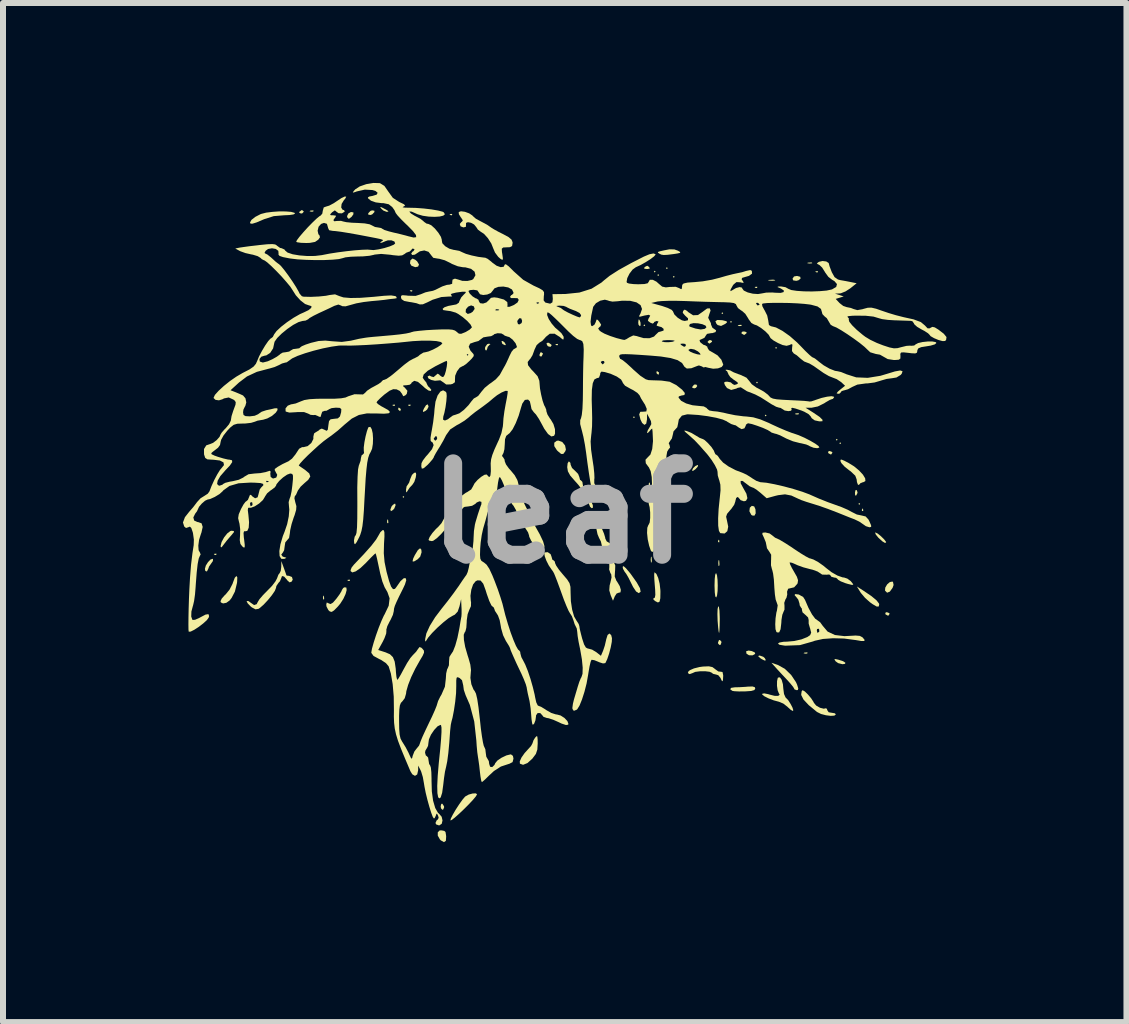
<source format=kicad_pcb>
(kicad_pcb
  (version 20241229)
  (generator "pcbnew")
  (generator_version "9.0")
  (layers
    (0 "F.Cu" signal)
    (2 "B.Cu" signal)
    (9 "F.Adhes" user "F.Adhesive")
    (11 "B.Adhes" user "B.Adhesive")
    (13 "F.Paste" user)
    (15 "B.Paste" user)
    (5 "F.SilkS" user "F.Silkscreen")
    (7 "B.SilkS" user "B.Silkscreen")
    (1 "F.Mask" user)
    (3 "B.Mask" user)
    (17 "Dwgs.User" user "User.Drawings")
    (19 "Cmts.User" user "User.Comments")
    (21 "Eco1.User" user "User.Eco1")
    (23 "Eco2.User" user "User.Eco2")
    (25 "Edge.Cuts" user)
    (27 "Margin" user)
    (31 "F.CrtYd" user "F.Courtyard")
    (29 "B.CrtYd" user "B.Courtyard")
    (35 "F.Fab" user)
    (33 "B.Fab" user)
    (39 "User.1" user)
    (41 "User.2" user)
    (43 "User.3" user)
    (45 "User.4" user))
  (footprint "leaf"
    (layer "F.Cu")
    (at 6.319 5.509)
    (property "Reference" "leaf" (at 0 0 0) (layer "F.Fab") (effects (font (size 1.524 1.524) (thickness 0.3))))
    (attr board_only exclude_from_pos_files exclude_from_bom)
    (fp_poly (pts (xy -2.63 -0.275) (xy -2.644 -0.26) (xy -2.658 -0.275) (xy -2.644 -0.289)) (stroke (width 0) (type solid)) (fill yes) (layer "F.SilkS"))
    (fp_poly (pts (xy 1.214 -1.604) (xy 1.199 -1.589) (xy 1.185 -1.604) (xy 1.199 -1.618)) (stroke (width 0) (type solid)) (fill yes) (layer "F.SilkS"))
    (fp_poly (pts (xy 1.387 -3.135) (xy 1.373 -3.121) (xy 1.358 -3.135) (xy 1.373 -3.15)) (stroke (width 0) (type solid)) (fill yes) (layer "F.SilkS"))
    (fp_poly (pts (xy 1.56 -4.031) (xy 1.546 -4.017) (xy 1.532 -4.031) (xy 1.546 -4.046)) (stroke (width 0) (type solid)) (fill yes) (layer "F.SilkS"))
    (fp_poly (pts (xy 1.618 -3.973) (xy 1.604 -3.959) (xy 1.589 -3.973) (xy 1.604 -3.988)) (stroke (width 0) (type solid)) (fill yes) (layer "F.SilkS"))
    (fp_poly (pts (xy 1.763 -4.089) (xy 1.748 -4.074) (xy 1.734 -4.089) (xy 1.748 -4.103)) (stroke (width 0) (type solid)) (fill yes) (layer "F.SilkS"))
    (fp_poly (pts (xy 1.878 -3.944) (xy 1.864 -3.93) (xy 1.849 -3.944) (xy 1.864 -3.959)) (stroke (width 0) (type solid)) (fill yes) (layer "F.SilkS"))
    (fp_poly (pts (xy 2.687 -3.338) (xy 2.673 -3.323) (xy 2.658 -3.338) (xy 2.673 -3.352)) (stroke (width 0) (type solid)) (fill yes) (layer "F.SilkS"))
    (fp_poly (pts (xy 2.832 -3.193) (xy 2.817 -3.179) (xy 2.803 -3.193) (xy 2.817 -3.208)) (stroke (width 0) (type solid)) (fill yes) (layer "F.SilkS"))
    (fp_poly (pts (xy 3.265 -2.182) (xy 3.251 -2.167) (xy 3.236 -2.182) (xy 3.251 -2.196)) (stroke (width 0) (type solid)) (fill yes) (layer "F.SilkS"))
    (fp_poly (pts (xy 3.41 -1.633) (xy 3.395 -1.618) (xy 3.381 -1.633) (xy 3.395 -1.647)) (stroke (width 0) (type solid)) (fill yes) (layer "F.SilkS"))
    (fp_poly (pts (xy 3.583 -2.76) (xy 3.569 -2.745) (xy 3.554 -2.76) (xy 3.569 -2.774)) (stroke (width 0) (type solid)) (fill yes) (layer "F.SilkS"))
    (fp_poly (pts (xy 4.595 -1.228) (xy 4.58 -1.214) (xy 4.566 -1.228) (xy 4.58 -1.243)) (stroke (width 0) (type solid)) (fill yes) (layer "F.SilkS"))
    (fp_poly (pts (xy 4.652 -1.17) (xy 4.638 -1.156) (xy 4.623 -1.17) (xy 4.638 -1.185)) (stroke (width 0) (type solid)) (fill yes) (layer "F.SilkS"))
    (fp_poly (pts (xy 4.97 -0.159) (xy 4.956 -0.144) (xy 4.941 -0.159) (xy 4.956 -0.173)) (stroke (width 0) (type solid)) (fill yes) (layer "F.SilkS"))
    (fp_poly (pts (xy -5.76 0.674) (xy -5.764 0.691) (xy -5.779 0.694) (xy -5.803 0.683) (xy -5.799 0.674) (xy -5.764 0.671)) (stroke (width 0) (type solid)) (fill yes) (layer "F.SilkS"))
    (fp_poly (pts (xy -4.14 -5.045) (xy -4.149 -5.032) (xy -4.178 -5.03) (xy -4.209 -5.037) (xy -4.195 -5.048) (xy -4.15 -5.051)) (stroke (width 0) (type solid)) (fill yes) (layer "F.SilkS"))
    (fp_poly (pts (xy -3.968 1.382) (xy -3.965 1.427) (xy -3.97 1.437) (xy -3.983 1.428) (xy -3.985 1.399) (xy -3.978 1.368)) (stroke (width 0) (type solid)) (fill yes) (layer "F.SilkS"))
    (fp_poly (pts (xy -3.535 1.108) (xy -3.539 1.125) (xy -3.554 1.127) (xy -3.578 1.116) (xy -3.574 1.108) (xy -3.539 1.104)) (stroke (width 0) (type solid)) (fill yes) (layer "F.SilkS"))
    (fp_poly (pts (xy -2.899 0.11) (xy -2.895 0.155) (xy -2.901 0.166) (xy -2.914 0.157) (xy -2.916 0.128) (xy -2.909 0.097)) (stroke (width 0) (type solid)) (fill yes) (layer "F.SilkS"))
    (fp_poly (pts (xy -2.784 -1.811) (xy -2.788 -1.794) (xy -2.803 -1.792) (xy -2.827 -1.802) (xy -2.822 -1.811) (xy -2.788 -1.814)) (stroke (width 0) (type solid)) (fill yes) (layer "F.SilkS"))
    (fp_poly (pts (xy -2.524 -1.811) (xy -2.528 -1.794) (xy -2.543 -1.792) (xy -2.567 -1.802) (xy -2.562 -1.811) (xy -2.528 -1.814)) (stroke (width 0) (type solid)) (fill yes) (layer "F.SilkS"))
    (fp_poly (pts (xy -2.495 -3.718) (xy -2.499 -3.701) (xy -2.514 -3.699) (xy -2.538 -3.709) (xy -2.533 -3.718) (xy -2.499 -3.721)) (stroke (width 0) (type solid)) (fill yes) (layer "F.SilkS"))
    (fp_poly (pts (xy -1.83 -4.989) (xy -1.834 -4.972) (xy -1.849 -4.97) (xy -1.873 -4.981) (xy -1.869 -4.989) (xy -1.834 -4.993)) (stroke (width 0) (type solid)) (fill yes) (layer "F.SilkS"))
    (fp_poly (pts (xy -0.067 -2.822) (xy -0.071 -2.805) (xy -0.087 -2.803) (xy -0.11 -2.814) (xy -0.106 -2.822) (xy -0.072 -2.826)) (stroke (width 0) (type solid)) (fill yes) (layer "F.SilkS"))
    (fp_poly (pts (xy 1.464 -0.511) (xy 1.468 -0.476) (xy 1.464 -0.472) (xy 1.447 -0.476) (xy 1.445 -0.491) (xy 1.455 -0.515)) (stroke (width 0) (type solid)) (fill yes) (layer "F.SilkS"))
    (fp_poly (pts (xy 2.62 0.443) (xy 2.623 0.477) (xy 2.62 0.482) (xy 2.603 0.478) (xy 2.601 0.462) (xy 2.611 0.439)) (stroke (width 0) (type solid)) (fill yes) (layer "F.SilkS"))
    (fp_poly (pts (xy 2.997 -3.138) (xy 2.989 -3.125) (xy 2.959 -3.123) (xy 2.929 -3.13) (xy 2.942 -3.141) (xy 2.987 -3.144)) (stroke (width 0) (type solid)) (fill yes) (layer "F.SilkS"))
    (fp_poly (pts (xy 3.256 -3.776) (xy 3.252 -3.759) (xy 3.236 -3.757) (xy 3.213 -3.767) (xy 3.217 -3.776) (xy 3.251 -3.779)) (stroke (width 0) (type solid)) (fill yes) (layer "F.SilkS"))
    (fp_poly (pts (xy 3.951 -1.665) (xy 3.942 -1.651) (xy 3.913 -1.649) (xy 3.882 -1.656) (xy 3.896 -1.667) (xy 3.941 -1.67)) (stroke (width 0) (type solid)) (fill yes) (layer "F.SilkS"))
    (fp_poly (pts (xy 4.095 2.323) (xy 4.087 2.336) (xy 4.058 2.338) (xy 4.027 2.331) (xy 4.04 2.321) (xy 4.085 2.317)) (stroke (width 0) (type solid)) (fill yes) (layer "F.SilkS"))
    (fp_poly (pts (xy 4.168 -4.18) (xy 4.172 -4.17) (xy 4.132 -4.166) (xy 4.091 -4.17) (xy 4.096 -4.18) (xy 4.155 -4.184)) (stroke (width 0) (type solid)) (fill yes) (layer "F.SilkS"))
    (fp_poly (pts (xy 4.267 -4.036) (xy 4.263 -4.019) (xy 4.248 -4.017) (xy 4.224 -4.027) (xy 4.229 -4.036) (xy 4.263 -4.039)) (stroke (width 0) (type solid)) (fill yes) (layer "F.SilkS"))
    (fp_poly (pts (xy 5.018 -0.077) (xy 5.022 -0.043) (xy 5.018 -0.039) (xy 5.001 -0.042) (xy 4.999 -0.058) (xy 5.01 -0.082)) (stroke (width 0) (type solid)) (fill yes) (layer "F.SilkS"))
    (fp_poly (pts (xy -0.954 -2.847) (xy -0.936 -2.811) (xy -0.948 -2.803) (xy -0.991 -2.824) (xy -0.998 -2.834) (xy -1.009 -2.871) (xy -0.987 -2.874)) (stroke (width 0) (type solid)) (fill yes) (layer "F.SilkS"))
    (fp_poly (pts (xy 2.255 -2.124) (xy 2.233 -2.094) (xy 2.209 -2.085) (xy 2.173 -2.092) (xy 2.174 -2.114) (xy 2.202 -2.147) (xy 2.239 -2.149)) (stroke (width 0) (type solid)) (fill yes) (layer "F.SilkS"))
    (fp_poly (pts (xy 4.927 -0.353) (xy 4.922 -0.331) (xy 4.9 -0.292) (xy 4.886 -0.309) (xy 4.884 -0.348) (xy 4.894 -0.389) (xy 4.911 -0.391)) (stroke (width 0) (type solid)) (fill yes) (layer "F.SilkS"))
    (fp_poly (pts (xy -4.306 -5.035) (xy -4.306 -5.028) (xy -4.329 -5.003) (xy -4.351 -4.999) (xy -4.381 -5.013) (xy -4.378 -5.028) (xy -4.341 -5.056) (xy -4.333 -5.057)) (stroke (width 0) (type solid)) (fill yes) (layer "F.SilkS"))
    (fp_poly (pts (xy -3.128 -5.046) (xy -3.127 -5.024) (xy -3.164 -4.985) (xy -3.192 -4.975) (xy -3.23 -4.981) (xy -3.23 -5.004) (xy -3.194 -5.042) (xy -3.166 -5.052)) (stroke (width 0) (type solid)) (fill yes) (layer "F.SilkS"))
    (fp_poly (pts (xy -2.689 -1.742) (xy -2.687 -1.734) (xy -2.697 -1.706) (xy -2.7 -1.705) (xy -2.725 -1.725) (xy -2.731 -1.734) (xy -2.728 -1.76) (xy -2.718 -1.763)) (stroke (width 0) (type solid)) (fill yes) (layer "F.SilkS"))
    (fp_poly (pts (xy -1.967 4.882) (xy -1.965 4.9) (xy -1.981 4.937) (xy -1.994 4.941) (xy -2.017 4.917) (xy -2.023 4.882) (xy -2.012 4.842) (xy -1.994 4.84)) (stroke (width 0) (type solid)) (fill yes) (layer "F.SilkS"))
    (fp_poly (pts (xy -0.319 -2.667) (xy -0.318 -2.66) (xy -0.339 -2.621) (xy -0.347 -2.615) (xy -0.371 -2.622) (xy -0.376 -2.642) (xy -0.361 -2.682) (xy -0.347 -2.687)) (stroke (width 0) (type solid)) (fill yes) (layer "F.SilkS"))
    (fp_poly (pts (xy -0.217 -2.842) (xy -0.178 -2.814) (xy -0.173 -2.8) (xy -0.193 -2.776) (xy -0.232 -2.786) (xy -0.241 -2.793) (xy -0.26 -2.832) (xy -0.236 -2.847)) (stroke (width 0) (type solid)) (fill yes) (layer "F.SilkS"))
    (fp_poly (pts (xy 1.298 -3.213) (xy 1.309 -3.179) (xy 1.31 -3.133) (xy 1.298 -3.121) (xy 1.276 -3.145) (xy 1.271 -3.179) (xy 1.276 -3.226) (xy 1.283 -3.236)) (stroke (width 0) (type solid)) (fill yes) (layer "F.SilkS"))
    (fp_poly (pts (xy 1.451 -4.109) (xy 1.465 -4.083) (xy 1.43 -4.075) (xy 1.416 -4.074) (xy 1.37 -4.08) (xy 1.375 -4.102) (xy 1.381 -4.109) (xy 1.421 -4.129)) (stroke (width 0) (type solid)) (fill yes) (layer "F.SilkS"))
    (fp_poly (pts (xy 1.492 0.725) (xy 1.494 0.73) (xy 1.498 0.793) (xy 1.493 0.817) (xy 1.483 0.818) (xy 1.479 0.773) (xy 1.479 0.766) (xy 1.484 0.721)) (stroke (width 0) (type solid)) (fill yes) (layer "F.SilkS"))
    (fp_poly (pts (xy 1.617 -2.349) (xy 1.618 -2.341) (xy 1.608 -2.312) (xy 1.605 -2.312) (xy 1.581 -2.332) (xy 1.575 -2.341) (xy 1.577 -2.367) (xy 1.588 -2.37)) (stroke (width 0) (type solid)) (fill yes) (layer "F.SilkS"))
    (fp_poly (pts (xy 2.269 -0.803) (xy 2.261 -0.777) (xy 2.225 -0.737) (xy 2.184 -0.709) (xy 2.167 -0.714) (xy 2.185 -0.753) (xy 2.223 -0.79) (xy 2.26 -0.807)) (stroke (width 0) (type solid)) (fill yes) (layer "F.SilkS"))
    (fp_poly (pts (xy 2.502 -2.876) (xy 2.5 -2.861) (xy 2.463 -2.833) (xy 2.454 -2.832) (xy 2.428 -2.854) (xy 2.427 -2.861) (xy 2.451 -2.886) (xy 2.472 -2.89)) (stroke (width 0) (type solid)) (fill yes) (layer "F.SilkS"))
    (fp_poly (pts (xy 2.619 0.783) (xy 2.621 0.788) (xy 2.625 0.851) (xy 2.62 0.875) (xy 2.61 0.876) (xy 2.606 0.83) (xy 2.606 0.824) (xy 2.61 0.779)) (stroke (width 0) (type solid)) (fill yes) (layer "F.SilkS"))
    (fp_poly (pts (xy 2.655 2.133) (xy 2.658 2.153) (xy 2.643 2.191) (xy 2.63 2.196) (xy 2.604 2.173) (xy 2.601 2.153) (xy 2.616 2.114) (xy 2.63 2.109)) (stroke (width 0) (type solid)) (fill yes) (layer "F.SilkS"))
    (fp_poly (pts (xy 3.075 -3.023) (xy 3.077 -3.005) (xy 3.042 -2.977) (xy 3.034 -2.976) (xy 2.997 -2.997) (xy 2.991 -3.005) (xy 3 -3.028) (xy 3.034 -3.034)) (stroke (width 0) (type solid)) (fill yes) (layer "F.SilkS"))
    (fp_poly (pts (xy 3.164 2.295) (xy 3.213 2.317) (xy 3.221 2.341) (xy 3.178 2.366) (xy 3.118 2.365) (xy 3.076 2.339) (xy 3.069 2.299) (xy 3.11 2.286)) (stroke (width 0) (type solid)) (fill yes) (layer "F.SilkS"))
    (fp_poly (pts (xy 3.547 -3.892) (xy 3.556 -3.884) (xy 3.516 -3.879) (xy 3.496 -3.879) (xy 3.444 -3.882) (xy 3.438 -3.889) (xy 3.446 -3.892) (xy 3.519 -3.897)) (stroke (width 0) (type solid)) (fill yes) (layer "F.SilkS"))
    (fp_poly (pts (xy 3.971 -3.945) (xy 3.978 -3.916) (xy 3.943 -3.887) (xy 3.906 -3.877) (xy 3.854 -3.885) (xy 3.843 -3.913) (xy 3.868 -3.95) (xy 3.918 -3.959)) (stroke (width 0) (type solid)) (fill yes) (layer "F.SilkS"))
    (fp_poly (pts (xy 4.502 -1.025) (xy 4.508 -1.011) (xy 4.487 -0.983) (xy 4.481 -0.982) (xy 4.442 -1.003) (xy 4.436 -1.011) (xy 4.442 -1.036) (xy 4.463 -1.04)) (stroke (width 0) (type solid)) (fill yes) (layer "F.SilkS"))
    (fp_poly (pts (xy 5.456 1.662) (xy 5.461 1.676) (xy 5.441 1.704) (xy 5.434 1.705) (xy 5.395 1.684) (xy 5.389 1.676) (xy 5.396 1.651) (xy 5.416 1.647)) (stroke (width 0) (type solid)) (fill yes) (layer "F.SilkS"))
    (fp_poly (pts (xy -3.017 -5.107) (xy -2.976 -5.087) (xy -2.911 -5.051) (xy -2.892 -5.033) (xy -2.915 -5.028) (xy -2.925 -5.028) (xy -2.978 -5.049) (xy -3.009 -5.076) (xy -3.032 -5.107)) (stroke (width 0) (type solid)) (fill yes) (layer "F.SilkS"))
    (fp_poly (pts (xy -2.225 -1.781) (xy -2.225 -1.778) (xy -2.248 -1.732) (xy -2.28 -1.706) (xy -2.317 -1.691) (xy -2.318 -1.71) (xy -2.301 -1.749) (xy -2.266 -1.805) (xy -2.237 -1.818)) (stroke (width 0) (type solid)) (fill yes) (layer "F.SilkS"))
    (fp_poly (pts (xy 0.458 -0.252) (xy 0.477 -0.221) (xy 0.514 -0.138) (xy 0.515 -0.095) (xy 0.495 -0.087) (xy 0.468 -0.111) (xy 0.452 -0.152) (xy 0.435 -0.23) (xy 0.438 -0.265)) (stroke (width 0) (type solid)) (fill yes) (layer "F.SilkS"))
    (fp_poly (pts (xy 3.204 -0.117) (xy 3.225 -0.069) (xy 3.229 -0.001) (xy 3.208 0.038) (xy 3.169 0.034) (xy 3.155 0.023) (xy 3.124 -0.036) (xy 3.131 -0.095) (xy 3.164 -0.126)) (stroke (width 0) (type solid)) (fill yes) (layer "F.SilkS"))
    (fp_poly (pts (xy 3.355 2.39) (xy 3.381 2.413) (xy 3.399 2.448) (xy 3.378 2.453) (xy 3.329 2.429) (xy 3.307 2.414) (xy 3.271 2.382) (xy 3.282 2.371) (xy 3.298 2.37)) (stroke (width 0) (type solid)) (fill yes) (layer "F.SilkS"))
    (fp_poly (pts (xy 4.609 2.439) (xy 4.686 2.464) (xy 4.724 2.489) (xy 4.719 2.508) (xy 4.676 2.514) (xy 4.604 2.496) (xy 4.562 2.466) (xy 4.54 2.434) (xy 4.558 2.428)) (stroke (width 0) (type solid)) (fill yes) (layer "F.SilkS"))
    (fp_poly (pts (xy -3.477 -5.018) (xy -3.477 -5.018) (xy -3.478 -4.986) (xy -3.508 -4.944) (xy -3.546 -4.915) (xy -3.558 -4.912) (xy -3.58 -4.936) (xy -3.583 -4.957) (xy -3.562 -5) (xy -3.518 -5.025)) (stroke (width 0) (type solid)) (fill yes) (layer "F.SilkS"))
    (fp_poly (pts (xy -2.774 -0.14) (xy -2.774 -0.137) (xy -2.795 -0.083) (xy -2.817 -0.058) (xy -2.852 -0.037) (xy -2.861 -0.062) (xy -2.861 -0.065) (xy -2.84 -0.119) (xy -2.817 -0.144) (xy -2.783 -0.165)) (stroke (width 0) (type solid)) (fill yes) (layer "F.SilkS"))
    (fp_poly (pts (xy -2.447 -4.229) (xy -2.415 -4.202) (xy -2.384 -4.15) (xy -2.399 -4.115) (xy -2.446 -4.105) (xy -2.511 -4.13) (xy -2.534 -4.17) (xy -2.527 -4.219) (xy -2.495 -4.247) (xy -2.488 -4.248)) (stroke (width 0) (type solid)) (fill yes) (layer "F.SilkS"))
    (fp_poly (pts (xy -2.345 0.604) (xy -2.341 0.649) (xy -2.364 0.721) (xy -2.405 0.764) (xy -2.468 0.802) (xy -2.492 0.799) (xy -2.481 0.753) (xy -2.453 0.694) (xy -2.403 0.612) (xy -2.366 0.581)) (stroke (width 0) (type solid)) (fill yes) (layer "F.SilkS"))
    (fp_poly (pts (xy -1.192 -2.822) (xy -1.206 -2.813) (xy -1.24 -2.775) (xy -1.243 -2.757) (xy -1.257 -2.72) (xy -1.269 -2.716) (xy -1.284 -2.739) (xy -1.28 -2.774) (xy -1.248 -2.82) (xy -1.218 -2.83)) (stroke (width 0) (type solid)) (fill yes) (layer "F.SilkS"))
    (fp_poly (pts (xy 2.667 -3.221) (xy 2.685 -3.218) (xy 2.743 -3.203) (xy 2.752 -3.186) (xy 2.724 -3.161) (xy 2.652 -3.125) (xy 2.595 -3.14) (xy 2.574 -3.162) (xy 2.557 -3.204) (xy 2.59 -3.225)) (stroke (width 0) (type solid)) (fill yes) (layer "F.SilkS"))
    (fp_poly (pts (xy 5.518 1.143) (xy 5.528 1.193) (xy 5.511 1.241) (xy 5.465 1.304) (xy 5.42 1.322) (xy 5.387 1.289) (xy 5.385 1.286) (xy 5.389 1.237) (xy 5.42 1.184) (xy 5.465 1.145) (xy 5.507 1.136)) (stroke (width 0) (type solid)) (fill yes) (layer "F.SilkS"))
    (fp_poly (pts (xy -1.962 5.293) (xy -1.942 5.311) (xy -1.934 5.359) (xy -1.931 5.386) (xy -1.936 5.458) (xy -1.968 5.48) (xy -2.021 5.45) (xy -2.035 5.435) (xy -2.071 5.372) (xy -2.071 5.316) (xy -2.039 5.285) (xy -2.007 5.284)) (stroke (width 0) (type solid)) (fill yes) (layer "F.SilkS"))
    (fp_poly (pts (xy 0.005 -1.19) (xy 0.051 -1.133) (xy 0.065 -1.065) (xy 0.055 -1.036) (xy 0.022 -0.992) (xy -0.015 -0.992) (xy -0.07 -1.038) (xy -0.085 -1.053) (xy -0.129 -1.122) (xy -0.129 -1.179) (xy -0.087 -1.211) (xy -0.06 -1.214)) (stroke (width 0) (type solid)) (fill yes) (layer "F.SilkS"))
    (fp_poly (pts (xy 5.263 0.336) (xy 5.317 0.38) (xy 5.37 0.432) (xy 5.401 0.473) (xy 5.404 0.481) (xy 5.386 0.493) (xy 5.341 0.466) (xy 5.276 0.407) (xy 5.274 0.405) (xy 5.231 0.352) (xy 5.22 0.321) (xy 5.226 0.318)) (stroke (width 0) (type solid)) (fill yes) (layer "F.SilkS"))
    (fp_poly (pts (xy -5.818 0.76) (xy -5.82 0.794) (xy -5.847 0.833) (xy -5.884 0.886) (xy -5.895 0.918) (xy -5.916 0.962) (xy -5.924 0.968) (xy -5.946 0.959) (xy -5.953 0.925) (xy -5.938 0.87) (xy -5.902 0.813) (xy -5.86 0.769) (xy -5.824 0.757)) (stroke (width 0) (type solid)) (fill yes) (layer "F.SilkS"))
    (fp_poly (pts (xy 5.022 1.286) (xy 5.159 1.379) (xy 5.245 1.451) (xy 5.285 1.503) (xy 5.288 1.519) (xy 5.279 1.553) (xy 5.245 1.552) (xy 5.18 1.514) (xy 5.134 1.481) (xy 5.053 1.409) (xy 4.985 1.329) (xy 4.972 1.31) (xy 4.916 1.218)) (stroke (width 0) (type solid)) (fill yes) (layer "F.SilkS"))
    (fp_poly (pts (xy -5.472 0.293) (xy -5.468 0.31) (xy -5.503 0.354) (xy -5.526 0.38) (xy -5.59 0.455) (xy -5.641 0.521) (xy -5.675 0.565) (xy -5.689 0.561) (xy -5.691 0.541) (xy -5.675 0.477) (xy -5.634 0.401) (xy -5.581 0.334) (xy -5.529 0.294) (xy -5.512 0.289)) (stroke (width 0) (type solid)) (fill yes) (layer "F.SilkS"))
    (fp_poly (pts (xy 2.569 0.995) (xy 2.584 1.032) (xy 2.593 1.107) (xy 2.596 1.2) (xy 2.594 1.294) (xy 2.585 1.367) (xy 2.571 1.402) (xy 2.556 1.385) (xy 2.547 1.317) (xy 2.543 1.207) (xy 2.543 1.199) (xy 2.546 1.094) (xy 2.554 1.022) (xy 2.567 0.995)) (stroke (width 0) (type solid)) (fill yes) (layer "F.SilkS"))
    (fp_poly (pts (xy 1.873 -4.401) (xy 1.932 -4.38) (xy 1.969 -4.358) (xy 1.969 -4.344) (xy 1.923 -4.333) (xy 1.863 -4.324) (xy 1.76 -4.311) (xy 1.696 -4.308) (xy 1.656 -4.314) (xy 1.622 -4.331) (xy 1.62 -4.333) (xy 1.6 -4.347) (xy 1.6 -4.358) (xy 1.63 -4.369) (xy 1.7 -4.385) (xy 1.792 -4.403)) (stroke (width 0) (type solid)) (fill yes) (layer "F.SilkS"))
    (fp_poly (pts (xy 2.616 1.561) (xy 2.625 1.621) (xy 2.629 1.717) (xy 2.63 1.757) (xy 2.628 1.866) (xy 2.625 1.948) (xy 2.62 1.991) (xy 2.618 1.994) (xy 2.611 1.967) (xy 2.603 1.898) (xy 2.595 1.799) (xy 2.594 1.784) (xy 2.591 1.678) (xy 2.594 1.594) (xy 2.604 1.549) (xy 2.605 1.547)) (stroke (width 0) (type solid)) (fill yes) (layer "F.SilkS"))
    (fp_poly (pts (xy -2.431 -0.647) (xy -2.438 -0.6) (xy -2.462 -0.526) (xy -2.494 -0.478) (xy -2.495 -0.477) (xy -2.54 -0.429) (xy -2.566 -0.39) (xy -2.591 -0.35) (xy -2.599 -0.363) (xy -2.6 -0.396) (xy -2.59 -0.453) (xy -2.574 -0.475) (xy -2.549 -0.513) (xy -2.529 -0.576) (xy -2.501 -0.642) (xy -2.465 -0.677) (xy -2.436 -0.68)) (stroke (width 0) (type solid)) (fill yes) (layer "F.SilkS"))
    (fp_poly (pts (xy 1.066 0.914) (xy 1.137 0.998) (xy 1.151 1.017) (xy 1.246 1.151) (xy 1.3 1.247) (xy 1.311 1.307) (xy 1.28 1.328) (xy 1.276 1.328) (xy 1.235 1.301) (xy 1.185 1.226) (xy 1.156 1.168) (xy 1.111 1.077) (xy 1.07 1.006) (xy 1.047 0.977) (xy 1.017 0.924) (xy 1.011 0.891) (xy 1.025 0.878)) (stroke (width 0) (type solid)) (fill yes) (layer "F.SilkS"))
    (fp_poly (pts (xy 3.214 2.897) (xy 3.222 2.919) (xy 3.207 2.945) (xy 3.154 2.96) (xy 3.055 2.967) (xy 3.049 2.967) (xy 2.95 2.968) (xy 2.872 2.964) (xy 2.839 2.958) (xy 2.804 2.931) (xy 2.82 2.908) (xy 2.88 2.899) (xy 2.882 2.899) (xy 2.962 2.897) (xy 3.063 2.891) (xy 3.092 2.888) (xy 3.175 2.885)) (stroke (width 0) (type solid)) (fill yes) (layer "F.SilkS"))
    (fp_poly (pts (xy 3.602 2.528) (xy 3.715 2.591) (xy 3.82 2.693) (xy 3.901 2.814) (xy 3.92 2.857) (xy 3.939 2.92) (xy 3.931 2.944) (xy 3.913 2.947) (xy 3.876 2.934) (xy 3.872 2.924) (xy 3.854 2.893) (xy 3.806 2.834) (xy 3.749 2.771) (xy 3.67 2.687) (xy 3.596 2.607) (xy 3.559 2.566) (xy 3.491 2.49)) (stroke (width 0) (type solid)) (fill yes) (layer "F.SilkS"))
    (fp_poly (pts (xy -5.413 1.066) (xy -5.416 1.142) (xy -5.419 1.163) (xy -5.453 1.303) (xy -5.508 1.409) (xy -5.542 1.452) (xy -5.595 1.49) (xy -5.65 1.501) (xy -5.687 1.484) (xy -5.693 1.464) (xy -5.673 1.421) (xy -5.623 1.364) (xy -5.607 1.35) (xy -5.542 1.27) (xy -5.492 1.173) (xy -5.487 1.157) (xy -5.455 1.073) (xy -5.428 1.043)) (stroke (width 0) (type solid)) (fill yes) (layer "F.SilkS"))
    (fp_poly (pts (xy -1.416 4.683) (xy -1.435 4.716) (xy -1.484 4.775) (xy -1.554 4.85) (xy -1.635 4.931) (xy -1.716 5.008) (xy -1.787 5.071) (xy -1.839 5.111) (xy -1.861 5.119) (xy -1.853 5.086) (xy -1.82 5.021) (xy -1.771 4.937) (xy -1.715 4.851) (xy -1.661 4.775) (xy -1.619 4.725) (xy -1.611 4.718) (xy -1.555 4.687) (xy -1.489 4.669) (xy -1.436 4.667)) (stroke (width 0) (type solid)) (fill yes) (layer "F.SilkS"))
    (fp_poly (pts (xy -0.411 3.72) (xy -0.406 3.77) (xy -0.405 3.835) (xy -0.411 3.936) (xy -0.435 4.009) (xy -0.489 4.081) (xy -0.494 4.088) (xy -0.576 4.162) (xy -0.649 4.191) (xy -0.702 4.172) (xy -0.704 4.133) (xy -0.675 4.069) (xy -0.623 3.995) (xy -0.566 3.932) (xy -0.516 3.877) (xy -0.492 3.833) (xy -0.491 3.829) (xy -0.475 3.782) (xy -0.449 3.74) (xy -0.424 3.713)) (stroke (width 0) (type solid)) (fill yes) (layer "F.SilkS"))
    (fp_poly (pts (xy 1.574 1.009) (xy 1.604 1.077) (xy 1.628 1.172) (xy 1.64 1.277) (xy 1.641 1.307) (xy 1.639 1.415) (xy 1.626 1.472) (xy 1.599 1.485) (xy 1.554 1.462) (xy 1.547 1.457) (xy 1.517 1.426) (xy 1.529 1.416) (xy 1.548 1.403) (xy 1.556 1.359) (xy 1.553 1.273) (xy 1.547 1.199) (xy 1.539 1.096) (xy 1.537 1.019) (xy 1.541 0.984) (xy 1.543 0.982)) (stroke (width 0) (type solid)) (fill yes) (layer "F.SilkS"))
    (fp_poly (pts (xy -4.605 -5.034) (xy -4.516 -5.027) (xy -4.461 -5.012) (xy -4.45 -4.999) (xy -4.477 -4.984) (xy -4.546 -4.974) (xy -4.634 -4.97) (xy -4.805 -4.956) (xy -4.962 -4.906) (xy -4.982 -4.898) (xy -5.092 -4.851) (xy -5.16 -4.83) (xy -5.193 -4.831) (xy -5.201 -4.85) (xy -5.177 -4.893) (xy -5.114 -4.943) (xy -5.029 -4.987) (xy -5.014 -4.993) (xy -4.932 -5.014) (xy -4.827 -5.027) (xy -4.713 -5.035)) (stroke (width 0) (type solid)) (fill yes) (layer "F.SilkS"))
    (fp_poly (pts (xy 4.705 -0.879) (xy 4.773 -0.844) (xy 4.87 -0.784) (xy 4.953 -0.715) (xy 5.017 -0.646) (xy 5.054 -0.585) (xy 5.058 -0.54) (xy 5.023 -0.52) (xy 5.016 -0.52) (xy 4.972 -0.502) (xy 4.965 -0.489) (xy 4.942 -0.474) (xy 4.933 -0.48) (xy 4.917 -0.523) (xy 4.912 -0.567) (xy 4.889 -0.629) (xy 4.814 -0.7) (xy 4.786 -0.72) (xy 4.711 -0.78) (xy 4.659 -0.837) (xy 4.645 -0.863) (xy 4.641 -0.892) (xy 4.658 -0.898)) (stroke (width 0) (type solid)) (fill yes) (layer "F.SilkS"))
    (fp_poly (pts (xy -3.595 1.236) (xy -3.59 1.278) (xy -3.608 1.344) (xy -3.645 1.424) (xy -3.696 1.504) (xy -3.737 1.553) (xy -3.8 1.617) (xy -3.839 1.642) (xy -3.87 1.635) (xy -3.895 1.612) (xy -3.925 1.555) (xy -3.93 1.522) (xy -3.922 1.485) (xy -3.892 1.498) (xy -3.89 1.5) (xy -3.858 1.511) (xy -3.818 1.487) (xy -3.76 1.42) (xy -3.76 1.42) (xy -3.708 1.349) (xy -3.675 1.294) (xy -3.67 1.278) (xy -3.647 1.243) (xy -3.627 1.232)) (stroke (width 0) (type solid)) (fill yes) (layer "F.SilkS"))
    (fp_poly (pts (xy 0.14 -0.843) (xy 0.144 -0.812) (xy 0.167 -0.758) (xy 0.217 -0.711) (xy 0.269 -0.658) (xy 0.289 -0.606) (xy 0.301 -0.56) (xy 0.318 -0.549) (xy 0.34 -0.524) (xy 0.347 -0.479) (xy 0.358 -0.422) (xy 0.379 -0.399) (xy 0.4 -0.366) (xy 0.399 -0.331) (xy 0.388 -0.295) (xy 0.376 -0.31) (xy 0.364 -0.342) (xy 0.332 -0.398) (xy 0.273 -0.476) (xy 0.214 -0.542) (xy 0.137 -0.631) (xy 0.098 -0.702) (xy 0.087 -0.771) (xy 0.094 -0.836) (xy 0.113 -0.866) (xy 0.116 -0.867)) (stroke (width 0) (type solid)) (fill yes) (layer "F.SilkS"))
    (fp_poly (pts (xy 4.048 2.968) (xy 4.101 3.02) (xy 4.155 3.084) (xy 4.193 3.143) (xy 4.199 3.157) (xy 4.237 3.203) (xy 4.301 3.24) (xy 4.365 3.256) (xy 4.395 3.249) (xy 4.417 3.257) (xy 4.421 3.278) (xy 4.446 3.315) (xy 4.493 3.323) (xy 4.548 3.332) (xy 4.566 3.35) (xy 4.541 3.371) (xy 4.48 3.375) (xy 4.4 3.365) (xy 4.319 3.344) (xy 4.255 3.312) (xy 4.251 3.31) (xy 4.113 3.196) (xy 4.026 3.103) (xy 3.989 3.03) (xy 3.988 3.015) (xy 3.996 2.963) (xy 4.011 2.947)) (stroke (width 0) (type solid)) (fill yes) (layer "F.SilkS"))
    (fp_poly (pts (xy 2.508 2.562) (xy 2.551 2.594) (xy 2.554 2.597) (xy 2.607 2.635) (xy 2.647 2.639) (xy 2.676 2.644) (xy 2.687 2.697) (xy 2.687 2.713) (xy 2.683 2.784) (xy 2.669 2.799) (xy 2.648 2.757) (xy 2.644 2.745) (xy 2.606 2.698) (xy 2.572 2.687) (xy 2.517 2.674) (xy 2.5 2.658) (xy 2.46 2.64) (xy 2.386 2.631) (xy 2.299 2.632) (xy 2.221 2.642) (xy 2.176 2.662) (xy 2.129 2.679) (xy 2.11 2.673) (xy 2.098 2.645) (xy 2.131 2.614) (xy 2.2 2.584) (xy 2.292 2.561) (xy 2.351 2.553) (xy 2.448 2.549)) (stroke (width 0) (type solid)) (fill yes) (layer "F.SilkS"))
    (fp_poly (pts (xy 3.662 2.774) (xy 3.683 2.848) (xy 3.689 2.916) (xy 3.701 3.01) (xy 3.728 3.07) (xy 3.734 3.075) (xy 3.772 3.115) (xy 3.81 3.175) (xy 3.842 3.236) (xy 3.856 3.281) (xy 3.849 3.294) (xy 3.814 3.275) (xy 3.763 3.229) (xy 3.76 3.225) (xy 3.689 3.17) (xy 3.617 3.14) (xy 3.528 3.116) (xy 3.442 3.083) (xy 3.373 3.048) (xy 3.337 3.018) (xy 3.336 3.008) (xy 3.37 3) (xy 3.437 3.013) (xy 3.459 3.02) (xy 3.543 3.041) (xy 3.603 3.042) (xy 3.629 3.024) (xy 3.614 2.996) (xy 3.595 2.949) (xy 3.584 2.874) (xy 3.585 2.796) (xy 3.597 2.743) (xy 3.601 2.737) (xy 3.633 2.733)) (stroke (width 0) (type solid)) (fill yes) (layer "F.SilkS"))
    (fp_poly (pts (xy -4.637 0.91) (xy -4.611 0.983) (xy -4.596 1.027) (xy -4.595 1.033) (xy -4.571 1.04) (xy -4.553 1.04) (xy -4.502 1.06) (xy -4.489 1.104) (xy -4.507 1.137) (xy -4.541 1.15) (xy -4.579 1.116) (xy -4.586 1.105) (xy -4.633 1.053) (xy -4.668 1.044) (xy -4.681 1.08) (xy -4.702 1.131) (xy -4.725 1.156) (xy -4.762 1.211) (xy -4.768 1.243) (xy -4.787 1.291) (xy -4.836 1.363) (xy -4.903 1.445) (xy -4.974 1.521) (xy -5.038 1.577) (xy -5.06 1.591) (xy -5.11 1.599) (xy -5.17 1.567) (xy -5.192 1.549) (xy -5.24 1.499) (xy -5.257 1.465) (xy -5.255 1.46) (xy -5.224 1.463) (xy -5.192 1.487) (xy -5.133 1.528) (xy -5.09 1.513) (xy -5.072 1.477) (xy -5.043 1.43) (xy -4.983 1.36) (xy -4.912 1.288) (xy -4.835 1.209) (xy -4.777 1.133) (xy -4.751 1.083) (xy -4.728 1.022) (xy -4.707 0.995) (xy -4.689 0.958) (xy -4.68 0.89) (xy -4.68 0.887) (xy -4.679 0.795)) (stroke (width 0) (type solid)) (fill yes) (layer "F.SilkS"))
    (fp_poly (pts (xy -3.172 -1.405) (xy -3.156 -1.336) (xy -3.15 -1.249) (xy -3.153 -1.159) (xy -3.166 -1.078) (xy -3.189 -1.025) (xy -3.212 -0.983) (xy -3.231 -0.926) (xy -3.247 -0.845) (xy -3.26 -0.734) (xy -3.273 -0.585) (xy -3.284 -0.391) (xy -3.293 -0.237) (xy -3.303 -0.044) (xy -3.314 0.102) (xy -3.327 0.211) (xy -3.343 0.292) (xy -3.363 0.356) (xy -3.378 0.391) (xy -3.423 0.479) (xy -3.45 0.514) (xy -3.464 0.499) (xy -3.468 0.45) (xy -3.456 0.388) (xy -3.437 0.36) (xy -3.426 0.324) (xy -3.417 0.231) (xy -3.413 0.086) (xy -3.412 -0.111) (xy -3.412 -0.199) (xy -3.413 -0.433) (xy -3.408 -0.611) (xy -3.4 -0.733) (xy -3.387 -0.798) (xy -3.385 -0.802) (xy -3.358 -0.877) (xy -3.352 -0.923) (xy -3.339 -0.971) (xy -3.32 -0.982) (xy -3.3 -1.006) (xy -3.304 -1.045) (xy -3.305 -1.099) (xy -3.294 -1.185) (xy -3.275 -1.282) (xy -3.252 -1.371) (xy -3.231 -1.429) (xy -3.224 -1.438) (xy -3.195 -1.443)) (stroke (width 0) (type solid)) (fill yes) (layer "F.SilkS"))
    (fp_poly (pts (xy -1.618 -5.028) (xy -1.547 -5.002) (xy -1.493 -4.966) (xy -1.486 -4.957) (xy -1.436 -4.913) (xy -1.385 -4.885) (xy -1.25 -4.813) (xy -1.172 -4.759) (xy -1.131 -4.734) (xy -1.056 -4.693) (xy -0.982 -4.656) (xy -0.89 -4.606) (xy -0.842 -4.565) (xy -0.824 -4.521) (xy -0.824 -4.507) (xy -0.832 -4.458) (xy -0.868 -4.438) (xy -0.919 -4.436) (xy -0.98 -4.433) (xy -1.004 -4.413) (xy -1.001 -4.358) (xy -0.996 -4.328) (xy -0.985 -4.25) (xy -0.993 -4.225) (xy -1.027 -4.245) (xy -1.063 -4.277) (xy -1.117 -4.349) (xy -1.145 -4.415) (xy -1.179 -4.5) (xy -1.236 -4.589) (xy -1.3 -4.66) (xy -1.351 -4.693) (xy -1.402 -4.731) (xy -1.431 -4.775) (xy -1.466 -4.817) (xy -1.517 -4.845) (xy -1.568 -4.855) (xy -1.6 -4.843) (xy -1.6 -4.813) (xy -1.603 -4.777) (xy -1.644 -4.768) (xy -1.691 -4.786) (xy -1.704 -4.825) (xy -1.676 -4.859) (xy -1.669 -4.862) (xy -1.653 -4.885) (xy -1.682 -4.931) (xy -1.686 -4.935) (xy -1.719 -4.988) (xy -1.722 -5.024) (xy -1.684 -5.037)) (stroke (width 0) (type solid)) (fill yes) (layer "F.SilkS"))
    (fp_poly (pts (xy 0.601 0.024) (xy 0.607 0.065) (xy 0.619 0.133) (xy 0.651 0.222) (xy 0.665 0.253) (xy 0.7 0.336) (xy 0.72 0.403) (xy 0.722 0.42) (xy 0.746 0.467) (xy 0.773 0.482) (xy 0.83 0.518) (xy 0.893 0.587) (xy 0.947 0.669) (xy 0.977 0.742) (xy 0.979 0.763) (xy 0.974 0.798) (xy 0.963 0.777) (xy 0.934 0.737) (xy 0.879 0.699) (xy 0.822 0.675) (xy 0.786 0.678) (xy 0.793 0.692) (xy 0.804 0.694) (xy 0.832 0.718) (xy 0.838 0.75) (xy 0.853 0.806) (xy 0.87 0.825) (xy 0.888 0.868) (xy 0.885 0.953) (xy 0.884 0.959) (xy 0.879 1.051) (xy 0.906 1.121) (xy 0.924 1.147) (xy 0.963 1.213) (xy 0.981 1.275) (xy 0.975 1.316) (xy 0.946 1.322) (xy 0.91 1.336) (xy 0.88 1.383) (xy 0.85 1.456) (xy 0.811 1.362) (xy 0.788 1.282) (xy 0.794 1.201) (xy 0.807 1.152) (xy 0.826 1.067) (xy 0.82 1.014) (xy 0.807 0.995) (xy 0.786 0.935) (xy 0.789 0.894) (xy 0.788 0.828) (xy 0.765 0.743) (xy 0.73 0.665) (xy 0.694 0.622) (xy 0.67 0.581) (xy 0.665 0.539) (xy 0.648 0.467) (xy 0.617 0.407) (xy 0.592 0.347) (xy 0.574 0.26) (xy 0.563 0.164) (xy 0.563 0.078) (xy 0.575 0.021) (xy 0.583 0.011)) (stroke (width 0) (type solid)) (fill yes) (layer "F.SilkS"))
    (fp_poly (pts (xy 3.947 1.352) (xy 4.02 1.393) (xy 4.051 1.441) (xy 4.109 1.575) (xy 4.168 1.684) (xy 4.222 1.756) (xy 4.255 1.779) (xy 4.304 1.815) (xy 4.348 1.876) (xy 4.428 1.97) (xy 4.549 2.027) (xy 4.708 2.046) (xy 4.786 2.042) (xy 4.896 2.036) (xy 4.965 2.042) (xy 5.008 2.065) (xy 5.014 2.071) (xy 5.045 2.109) (xy 5.039 2.127) (xy 4.988 2.127) (xy 4.888 2.11) (xy 4.884 2.11) (xy 4.703 2.086) (xy 4.519 2.081) (xy 4.35 2.093) (xy 4.214 2.123) (xy 4.185 2.134) (xy 3.966 2.196) (xy 3.724 2.205) (xy 3.705 2.203) (xy 3.626 2.19) (xy 3.6 2.171) (xy 3.623 2.153) (xy 3.692 2.14) (xy 3.751 2.138) (xy 3.872 2.127) (xy 3.992 2.1) (xy 4.09 2.061) (xy 4.137 2.029) (xy 4.154 1.987) (xy 4.144 1.949) (xy 4.248 1.949) (xy 4.257 1.991) (xy 4.282 1.978) (xy 4.29 1.967) (xy 4.286 1.93) (xy 4.277 1.922) (xy 4.252 1.928) (xy 4.248 1.949) (xy 4.144 1.949) (xy 4.136 1.916) (xy 4.133 1.909) (xy 4.112 1.836) (xy 4.112 1.781) (xy 4.113 1.78) (xy 4.102 1.734) (xy 4.057 1.691) (xy 4.011 1.651) (xy 4.002 1.619) (xy 3.997 1.583) (xy 3.988 1.575) (xy 3.963 1.534) (xy 3.959 1.503) (xy 3.939 1.438) (xy 3.915 1.406) (xy 3.877 1.361) (xy 3.888 1.345)) (stroke (width 0) (type solid)) (fill yes) (layer "F.SilkS"))
    (fp_poly (pts (xy 2.804 -2.384) (xy 2.819 -2.375) (xy 2.862 -2.352) (xy 2.937 -2.323) (xy 2.972 -2.311) (xy 3.075 -2.263) (xy 3.123 -2.206) (xy 3.164 -2.153) (xy 3.241 -2.098) (xy 3.28 -2.078) (xy 3.366 -2.03) (xy 3.433 -1.979) (xy 3.452 -1.958) (xy 3.477 -1.932) (xy 3.517 -1.914) (xy 3.582 -1.902) (xy 3.685 -1.894) (xy 3.804 -1.888) (xy 3.931 -1.882) (xy 4.036 -1.876) (xy 4.105 -1.869) (xy 4.126 -1.865) (xy 4.157 -1.868) (xy 4.219 -1.888) (xy 4.228 -1.892) (xy 4.327 -1.925) (xy 4.42 -1.946) (xy 4.494 -1.954) (xy 4.534 -1.945) (xy 4.537 -1.937) (xy 4.515 -1.908) (xy 4.506 -1.907) (xy 4.465 -1.892) (xy 4.399 -1.854) (xy 4.37 -1.835) (xy 4.265 -1.783) (xy 4.162 -1.762) (xy 4.162 -1.762) (xy 4.06 -1.762) (xy 4.194 -1.677) (xy 4.294 -1.609) (xy 4.343 -1.561) (xy 4.341 -1.536) (xy 4.288 -1.535) (xy 4.213 -1.551) (xy 4.162 -1.588) (xy 4.148 -1.614) (xy 4.113 -1.653) (xy 4.042 -1.694) (xy 3.995 -1.714) (xy 3.894 -1.748) (xy 3.838 -1.761) (xy 3.821 -1.753) (xy 3.829 -1.734) (xy 3.819 -1.712) (xy 3.774 -1.705) (xy 3.713 -1.715) (xy 3.684 -1.734) (xy 3.643 -1.759) (xy 3.618 -1.763) (xy 3.57 -1.778) (xy 3.493 -1.82) (xy 3.409 -1.874) (xy 3.313 -1.935) (xy 3.221 -1.983) (xy 3.164 -2.006) (xy 3.083 -2.037) (xy 3.027 -2.073) (xy 2.98 -2.103) (xy 2.929 -2.093) (xy 2.906 -2.081) (xy 2.82 -2.058) (xy 2.751 -2.09) (xy 2.717 -2.137) (xy 2.701 -2.181) (xy 2.727 -2.195) (xy 2.756 -2.196) (xy 2.815 -2.184) (xy 2.838 -2.162) (xy 2.871 -2.142) (xy 2.904 -2.149) (xy 2.934 -2.166) (xy 2.924 -2.187) (xy 2.868 -2.225) (xy 2.866 -2.226) (xy 2.806 -2.273) (xy 2.775 -2.317) (xy 2.774 -2.323) (xy 2.752 -2.37) (xy 2.738 -2.379) (xy 2.724 -2.392) (xy 2.747 -2.396)) (stroke (width 0) (type solid)) (fill yes) (layer "F.SilkS"))
    (fp_poly (pts (xy 3.46 0.334) (xy 3.496 0.36) (xy 3.553 0.405) (xy 3.588 0.42) (xy 3.636 0.444) (xy 3.718 0.493) (xy 3.819 0.558) (xy 3.873 0.595) (xy 3.976 0.663) (xy 4.063 0.716) (xy 4.122 0.747) (xy 4.139 0.751) (xy 4.193 0.769) (xy 4.272 0.812) (xy 4.356 0.871) (xy 4.408 0.914) (xy 4.495 0.981) (xy 4.592 1.036) (xy 4.677 1.066) (xy 4.703 1.069) (xy 4.757 1.087) (xy 4.814 1.129) (xy 4.851 1.176) (xy 4.855 1.19) (xy 4.83 1.191) (xy 4.768 1.176) (xy 4.725 1.163) (xy 4.648 1.133) (xy 4.601 1.105) (xy 4.595 1.095) (xy 4.57 1.074) (xy 4.537 1.069) (xy 4.49 1.056) (xy 4.479 1.037) (xy 4.455 1.018) (xy 4.41 1.022) (xy 4.337 1.02) (xy 4.307 0.999) (xy 4.26 0.969) (xy 4.179 0.939) (xy 4.129 0.927) (xy 4.024 0.899) (xy 3.927 0.864) (xy 3.897 0.85) (xy 3.834 0.823) (xy 3.797 0.817) (xy 3.795 0.818) (xy 3.802 0.848) (xy 3.833 0.911) (xy 3.867 0.97) (xy 3.916 1.056) (xy 3.935 1.114) (xy 3.928 1.163) (xy 3.922 1.175) (xy 3.87 1.232) (xy 3.824 1.243) (xy 3.77 1.256) (xy 3.752 1.304) (xy 3.755 1.353) (xy 3.742 1.407) (xy 3.726 1.432) (xy 3.705 1.491) (xy 3.709 1.537) (xy 3.709 1.604) (xy 3.693 1.64) (xy 3.673 1.69) (xy 3.659 1.774) (xy 3.656 1.827) (xy 3.644 1.931) (xy 3.62 1.984) (xy 3.585 1.984) (xy 3.574 1.975) (xy 3.559 1.93) (xy 3.555 1.848) (xy 3.56 1.749) (xy 3.574 1.653) (xy 3.583 1.62) (xy 3.596 1.532) (xy 3.579 1.483) (xy 3.562 1.436) (xy 3.549 1.35) (xy 3.54 1.239) (xy 3.539 1.218) (xy 3.532 1.102) (xy 3.519 1.002) (xy 3.504 0.939) (xy 3.501 0.934) (xy 3.484 0.865) (xy 3.485 0.779) (xy 3.486 0.776) (xy 3.487 0.689) (xy 3.456 0.638) (xy 3.417 0.581) (xy 3.41 0.544) (xy 3.397 0.479) (xy 3.366 0.403) (xy 3.339 0.345) (xy 3.344 0.322) (xy 3.386 0.318) (xy 3.391 0.318)) (stroke (width 0) (type solid)) (fill yes) (layer "F.SilkS"))
    (fp_poly (pts (xy -0.19 0.679) (xy -0.173 0.726) (xy -0.161 0.771) (xy -0.144 0.78) (xy -0.119 0.804) (xy -0.116 0.827) (xy -0.097 0.87) (xy -0.049 0.941) (xy 0.016 1.019) (xy 0.086 1.101) (xy 0.125 1.163) (xy 0.141 1.224) (xy 0.143 1.306) (xy 0.143 1.312) (xy 0.148 1.463) (xy 0.169 1.604) (xy 0.202 1.718) (xy 0.241 1.786) (xy 0.278 1.843) (xy 0.289 1.879) (xy 0.296 1.926) (xy 0.316 2.009) (xy 0.336 2.086) (xy 0.368 2.184) (xy 0.398 2.236) (xy 0.433 2.254) (xy 0.44 2.254) (xy 0.502 2.271) (xy 0.571 2.313) (xy 0.573 2.314) (xy 0.649 2.374) (xy 0.684 2.292) (xy 0.713 2.206) (xy 0.736 2.107) (xy 0.737 2.1) (xy 0.76 2.027) (xy 0.791 2.002) (xy 0.82 2.029) (xy 0.833 2.08) (xy 0.83 2.142) (xy 0.812 2.235) (xy 0.785 2.338) (xy 0.754 2.43) (xy 0.726 2.489) (xy 0.721 2.496) (xy 0.683 2.501) (xy 0.618 2.48) (xy 0.606 2.474) (xy 0.539 2.447) (xy 0.495 2.44) (xy 0.491 2.442) (xy 0.477 2.475) (xy 0.459 2.551) (xy 0.441 2.656) (xy 0.435 2.694) (xy 0.41 2.834) (xy 0.374 2.975) (xy 0.333 3.103) (xy 0.292 3.204) (xy 0.254 3.265) (xy 0.246 3.272) (xy 0.197 3.292) (xy 0.175 3.261) (xy 0.173 3.241) (xy 0.182 3.174) (xy 0.199 3.103) (xy 0.223 3.022) (xy 0.253 2.921) (xy 0.262 2.89) (xy 0.289 2.806) (xy 0.314 2.746) (xy 0.323 2.732) (xy 0.342 2.675) (xy 0.345 2.572) (xy 0.332 2.435) (xy 0.304 2.273) (xy 0.3 2.254) (xy 0.277 2.142) (xy 0.261 2.046) (xy 0.255 1.985) (xy 0.255 1.981) (xy 0.246 1.918) (xy 0.234 1.894) (xy 0.21 1.845) (xy 0.192 1.786) (xy 0.165 1.714) (xy 0.137 1.671) (xy 0.111 1.627) (xy 0.074 1.544) (xy 0.031 1.437) (xy 0.018 1.401) (xy -0.039 1.243) (xy -0.081 1.129) (xy -0.111 1.052) (xy -0.132 1.001) (xy -0.15 0.968) (xy -0.168 0.943) (xy -0.176 0.933) (xy -0.221 0.866) (xy -0.261 0.787) (xy -0.288 0.713) (xy -0.296 0.662) (xy -0.291 0.651) (xy -0.238 0.646)) (stroke (width 0) (type solid)) (fill yes) (layer "F.SilkS"))
    (fp_poly (pts (xy 2.062 -1.378) (xy 2.081 -1.373) (xy 2.157 -1.342) (xy 2.231 -1.298) (xy 2.294 -1.26) (xy 2.338 -1.243) (xy 2.34 -1.243) (xy 2.379 -1.222) (xy 2.435 -1.17) (xy 2.491 -1.107) (xy 2.531 -1.048) (xy 2.542 -1.019) (xy 2.558 -0.985) (xy 2.567 -0.982) (xy 2.596 -0.96) (xy 2.631 -0.908) (xy 2.686 -0.847) (xy 2.779 -0.781) (xy 2.896 -0.72) (xy 3.005 -0.679) (xy 3.077 -0.646) (xy 3.158 -0.595) (xy 3.167 -0.588) (xy 3.24 -0.543) (xy 3.304 -0.521) (xy 3.313 -0.52) (xy 3.41 -0.511) (xy 3.544 -0.486) (xy 3.7 -0.45) (xy 3.859 -0.407) (xy 4.007 -0.361) (xy 4.125 -0.317) (xy 4.147 -0.307) (xy 4.283 -0.247) (xy 4.434 -0.187) (xy 4.551 -0.145) (xy 4.664 -0.104) (xy 4.765 -0.06) (xy 4.833 -0.023) (xy 4.915 0.018) (xy 4.996 0.035) (xy 5.062 0.051) (xy 5.109 0.102) (xy 5.125 0.134) (xy 5.153 0.198) (xy 5.154 0.225) (xy 5.128 0.231) (xy 5.124 0.231) (xy 5.066 0.213) (xy 5.022 0.182) (xy 4.956 0.137) (xy 4.875 0.098) (xy 4.803 0.071) (xy 4.699 0.029) (xy 4.582 -0.018) (xy 4.566 -0.024) (xy 4.433 -0.075) (xy 4.294 -0.124) (xy 4.177 -0.161) (xy 4.176 -0.161) (xy 4.073 -0.193) (xy 3.987 -0.223) (xy 3.944 -0.242) (xy 3.823 -0.298) (xy 3.718 -0.318) (xy 3.604 -0.304) (xy 3.562 -0.294) (xy 3.412 -0.253) (xy 3.309 -0.343) (xy 3.241 -0.397) (xy 3.187 -0.429) (xy 3.172 -0.433) (xy 3.129 -0.452) (xy 3.074 -0.494) (xy 3.011 -0.541) (xy 2.978 -0.542) (xy 2.979 -0.502) (xy 3.019 -0.428) (xy 3.074 -0.329) (xy 3.091 -0.254) (xy 3.068 -0.211) (xy 3.033 -0.202) (xy 2.978 -0.221) (xy 2.958 -0.245) (xy 2.931 -0.275) (xy 2.904 -0.258) (xy 2.89 -0.205) (xy 2.89 -0.2) (xy 2.871 -0.145) (xy 2.823 -0.076) (xy 2.805 -0.056) (xy 2.752 0.007) (xy 2.736 0.055) (xy 2.749 0.114) (xy 2.75 0.118) (xy 2.771 0.221) (xy 2.756 0.296) (xy 2.711 0.335) (xy 2.64 0.329) (xy 2.637 0.328) (xy 2.616 0.29) (xy 2.604 0.205) (xy 2.603 0.081) (xy 2.611 -0.073) (xy 2.629 -0.248) (xy 2.63 -0.255) (xy 2.643 -0.386) (xy 2.64 -0.479) (xy 2.622 -0.552) (xy 2.619 -0.558) (xy 2.597 -0.631) (xy 2.593 -0.685) (xy 2.594 -0.688) (xy 2.585 -0.731) (xy 2.549 -0.804) (xy 2.494 -0.891) (xy 2.43 -0.976) (xy 2.398 -1.013) (xy 2.35 -1.067) (xy 2.29 -1.136) (xy 2.282 -1.144) (xy 2.211 -1.219) (xy 2.126 -1.296) (xy 2.109 -1.311) (xy 2.052 -1.36) (xy 2.037 -1.38)) (stroke (width 0) (type solid)) (fill yes) (layer "F.SilkS"))
    (fp_poly (pts (xy -3.039 -5.506) (xy -3.034 -5.505) (xy -2.961 -5.46) (xy -2.896 -5.366) (xy -2.82 -5.261) (xy -2.715 -5.193) (xy -2.709 -5.19) (xy -2.638 -5.156) (xy -2.615 -5.135) (xy -2.633 -5.119) (xy -2.644 -5.115) (xy -2.657 -5.103) (xy -2.615 -5.097) (xy -2.557 -5.096) (xy -2.436 -5.093) (xy -2.303 -5.083) (xy -2.175 -5.068) (xy -2.066 -5.049) (xy -1.991 -5.03) (xy -1.971 -5.019) (xy -1.952 -4.987) (xy -1.979 -4.964) (xy -2.041 -4.949) (xy -2.126 -4.944) (xy -2.223 -4.948) (xy -2.32 -4.962) (xy -2.407 -4.987) (xy -2.441 -5.002) (xy -2.504 -5.03) (xy -2.54 -5.034) (xy -2.543 -5.029) (xy -2.519 -5.001) (xy -2.46 -4.964) (xy -2.435 -4.951) (xy -2.36 -4.911) (xy -2.31 -4.872) (xy -2.303 -4.863) (xy -2.257 -4.831) (xy -2.228 -4.826) (xy -2.18 -4.804) (xy -2.12 -4.75) (xy -2.062 -4.68) (xy -2.018 -4.61) (xy -2.003 -4.558) (xy -2.004 -4.551) (xy -1.995 -4.504) (xy -1.947 -4.454) (xy -1.878 -4.413) (xy -1.804 -4.393) (xy -1.794 -4.392) (xy -1.712 -4.377) (xy -1.661 -4.353) (xy -1.601 -4.327) (xy -1.505 -4.3) (xy -1.396 -4.277) (xy -1.294 -4.264) (xy -1.28 -4.263) (xy -1.239 -4.244) (xy -1.179 -4.197) (xy -1.163 -4.182) (xy -1.09 -4.129) (xy -1.022 -4.105) (xy -0.972 -4.112) (xy -0.954 -4.149) (xy -0.936 -4.154) (xy -0.889 -4.119) (xy -0.817 -4.048) (xy -0.809 -4.039) (xy -0.646 -3.894) (xy -0.475 -3.798) (xy -0.378 -3.753) (xy -0.323 -3.72) (xy -0.3 -3.689) (xy -0.299 -3.649) (xy -0.303 -3.623) (xy -0.306 -3.551) (xy -0.279 -3.517) (xy -0.273 -3.514) (xy -0.197 -3.496) (xy -0.16 -3.519) (xy -0.153 -3.576) (xy -0.159 -3.655) (xy 0.058 -3.658) (xy 0.29 -3.682) (xy 0.493 -3.746) (xy 0.657 -3.848) (xy 0.696 -3.882) (xy 0.794 -3.961) (xy 0.945 -4.058) (xy 1.149 -4.171) (xy 1.364 -4.281) (xy 1.457 -4.32) (xy 1.526 -4.334) (xy 1.558 -4.321) (xy 1.559 -4.313) (xy 1.535 -4.285) (xy 1.476 -4.24) (xy 1.396 -4.189) (xy 1.311 -4.141) (xy 1.237 -4.107) (xy 1.232 -4.105) (xy 1.177 -4.065) (xy 1.125 -3.997) (xy 1.088 -3.923) (xy 1.077 -3.861) (xy 1.083 -3.845) (xy 1.117 -3.832) (xy 1.192 -3.823) (xy 1.271 -3.82) (xy 1.374 -3.824) (xy 1.429 -3.837) (xy 1.445 -3.861) (xy 1.464 -3.895) (xy 1.513 -3.895) (xy 1.575 -3.863) (xy 1.614 -3.828) (xy 1.67 -3.781) (xy 1.731 -3.768) (xy 1.794 -3.775) (xy 1.896 -3.778) (xy 1.95 -3.757) (xy 1.987 -3.738) (xy 1.997 -3.746) (xy 2.003 -3.796) (xy 2.004 -3.81) (xy 2.027 -3.833) (xy 2.093 -3.848) (xy 2.21 -3.856) (xy 2.211 -3.856) (xy 2.346 -3.869) (xy 2.501 -3.896) (xy 2.627 -3.928) (xy 2.741 -3.961) (xy 2.843 -3.987) (xy 2.911 -4.002) (xy 2.916 -4.003) (xy 3.002 -4.021) (xy 3.069 -4.042) (xy 3.138 -4.057) (xy 3.165 -4.044) (xy 3.168 -3.997) (xy 3.117 -3.96) (xy 3.061 -3.944) (xy 3.004 -3.927) (xy 2.994 -3.904) (xy 3.011 -3.879) (xy 3.031 -3.848) (xy 3.009 -3.844) (xy 2.972 -3.853) (xy 2.908 -3.856) (xy 2.861 -3.817) (xy 2.849 -3.801) (xy 2.812 -3.735) (xy 2.806 -3.705) (xy 2.834 -3.717) (xy 2.839 -3.721) (xy 2.902 -3.758) (xy 2.962 -3.773) (xy 3 -3.764) (xy 3.005 -3.75) (xy 3.031 -3.715) (xy 3.096 -3.684) (xy 3.181 -3.663) (xy 3.267 -3.657) (xy 3.33 -3.667) (xy 3.405 -3.681) (xy 3.505 -3.683) (xy 3.553 -3.679) (xy 3.645 -3.676) (xy 3.695 -3.69) (xy 3.699 -3.715) (xy 3.651 -3.748) (xy 3.634 -3.756) (xy 3.592 -3.774) (xy 3.602 -3.782) (xy 3.65 -3.784) (xy 3.726 -3.771) (xy 3.774 -3.744) (xy 3.822 -3.724) (xy 3.914 -3.71) (xy 4.033 -3.702) (xy 4.166 -3.7) (xy 4.297 -3.705) (xy 4.412 -3.715) (xy 4.496 -3.733) (xy 4.502 -3.735) (xy 4.571 -3.775) (xy 4.584 -3.823) (xy 4.541 -3.873) (xy 4.504 -3.894) (xy 4.44 -3.944) (xy 4.385 -4.02) (xy 4.381 -4.028) (xy 4.337 -4.098) (xy 4.291 -4.142) (xy 4.284 -4.145) (xy 4.249 -4.163) (xy 4.265 -4.182) (xy 4.284 -4.194) (xy 4.343 -4.208) (xy 4.406 -4.2) (xy 4.446 -4.174) (xy 4.45 -4.159) (xy 4.461 -4.118) (xy 4.488 -4.047) (xy 4.499 -4.019) (xy 4.544 -3.939) (xy 4.6 -3.9) (xy 4.636 -3.89) (xy 4.732 -3.873) (xy 4.818 -3.856) (xy 4.912 -3.837) (xy 4.807 -3.753) (xy 4.727 -3.701) (xy 4.649 -3.67) (xy 4.627 -3.667) (xy 4.551 -3.664) (xy 4.623 -3.641) (xy 4.696 -3.617) (xy 4.563 -3.576) (xy 4.627 -3.507) (xy 4.688 -3.459) (xy 4.746 -3.439) (xy 4.746 -3.439) (xy 4.816 -3.425) (xy 4.861 -3.407) (xy 4.924 -3.389) (xy 5.008 -3.404) (xy 5.031 -3.411) (xy 5.099 -3.429) (xy 5.161 -3.43) (xy 5.237 -3.412) (xy 5.323 -3.382) (xy 5.447 -3.34) (xy 5.564 -3.305) (xy 5.697 -3.271) (xy 5.865 -3.234) (xy 5.866 -3.233) (xy 5.982 -3.19) (xy 6.05 -3.133) (xy 6.094 -3.086) (xy 6.13 -3.085) (xy 6.143 -3.094) (xy 6.175 -3.11) (xy 6.215 -3.101) (xy 6.275 -3.064) (xy 6.364 -2.996) (xy 6.41 -2.94) (xy 6.403 -2.89) (xy 6.384 -2.874) (xy 6.342 -2.873) (xy 6.274 -2.892) (xy 6.202 -2.922) (xy 6.145 -2.955) (xy 6.126 -2.979) (xy 6.102 -3.003) (xy 6.042 -3.042) (xy 5.996 -3.066) (xy 5.921 -3.11) (xy 5.874 -3.152) (xy 5.866 -3.169) (xy 5.842 -3.203) (xy 5.815 -3.21) (xy 5.763 -3.212) (xy 5.671 -3.215) (xy 5.56 -3.219) (xy 5.548 -3.219) (xy 5.434 -3.226) (xy 5.337 -3.239) (xy 5.276 -3.256) (xy 5.273 -3.257) (xy 5.193 -3.281) (xy 5.065 -3.295) (xy 4.9 -3.297) (xy 4.84 -3.295) (xy 4.777 -3.289) (xy 4.755 -3.279) (xy 4.761 -3.275) (xy 4.784 -3.246) (xy 4.78 -3.232) (xy 4.789 -3.196) (xy 4.837 -3.136) (xy 4.914 -3.06) (xy 5.013 -2.977) (xy 5.057 -2.944) (xy 5.138 -2.895) (xy 5.249 -2.842) (xy 5.352 -2.802) (xy 5.459 -2.767) (xy 5.533 -2.752) (xy 5.593 -2.755) (xy 5.66 -2.773) (xy 5.661 -2.773) (xy 5.743 -2.793) (xy 5.807 -2.797) (xy 5.818 -2.794) (xy 5.872 -2.799) (xy 5.894 -2.817) (xy 5.937 -2.84) (xy 6.011 -2.857) (xy 6.096 -2.866) (xy 6.175 -2.866) (xy 6.229 -2.856) (xy 6.242 -2.841) (xy 6.215 -2.818) (xy 6.145 -2.797) (xy 6.083 -2.787) (xy 5.989 -2.772) (xy 5.941 -2.752) (xy 5.924 -2.722) (xy 5.924 -2.712) (xy 5.918 -2.68) (xy 5.89 -2.667) (xy 5.827 -2.67) (xy 5.779 -2.676) (xy 5.694 -2.685) (xy 5.652 -2.682) (xy 5.64 -2.659) (xy 5.642 -2.626) (xy 5.641 -2.582) (xy 5.614 -2.562) (xy 5.546 -2.557) (xy 5.534 -2.557) (xy 5.43 -2.573) (xy 5.368 -2.608) (xy 5.301 -2.646) (xy 5.232 -2.658) (xy 5.139 -2.686) (xy 5.092 -2.73) (xy 5.043 -2.777) (xy 4.963 -2.842) (xy 4.863 -2.915) (xy 4.757 -2.988) (xy 4.657 -3.052) (xy 4.575 -3.099) (xy 4.523 -3.12) (xy 4.519 -3.121) (xy 4.479 -3.145) (xy 4.45 -3.194) (xy 4.414 -3.255) (xy 4.378 -3.284) (xy 4.341 -3.323) (xy 4.334 -3.352) (xy 4.317 -3.409) (xy 4.26 -3.45) (xy 4.156 -3.478) (xy 4.134 -3.482) (xy 4.041 -3.493) (xy 3.921 -3.502) (xy 3.786 -3.508) (xy 3.649 -3.51) (xy 3.523 -3.51) (xy 3.42 -3.507) (xy 3.354 -3.5) (xy 3.335 -3.492) (xy 3.34 -3.454) (xy 3.372 -3.394) (xy 3.379 -3.383) (xy 3.421 -3.299) (xy 3.439 -3.212) (xy 3.439 -3.21) (xy 3.45 -3.141) (xy 3.483 -3.121) (xy 3.567 -3.1) (xy 3.675 -3.043) (xy 3.797 -2.957) (xy 3.918 -2.851) (xy 3.977 -2.791) (xy 4.058 -2.707) (xy 4.126 -2.642) (xy 4.17 -2.605) (xy 4.18 -2.601) (xy 4.216 -2.583) (xy 4.272 -2.539) (xy 4.277 -2.534) (xy 4.362 -2.469) (xy 4.46 -2.413) (xy 4.551 -2.377) (xy 4.595 -2.37) (xy 4.652 -2.357) (xy 4.729 -2.326) (xy 4.742 -2.32) (xy 4.905 -2.268) (xy 5.097 -2.26) (xy 5.308 -2.294) (xy 5.412 -2.325) (xy 5.55 -2.367) (xy 5.638 -2.383) (xy 5.677 -2.371) (xy 5.665 -2.332) (xy 5.647 -2.309) (xy 5.576 -2.266) (xy 5.504 -2.254) (xy 5.412 -2.242) (xy 5.315 -2.214) (xy 5.307 -2.211) (xy 5.211 -2.183) (xy 5.098 -2.168) (xy 5.065 -2.167) (xy 4.923 -2.147) (xy 4.84 -2.109) (xy 4.768 -2.07) (xy 4.707 -2.052) (xy 4.703 -2.052) (xy 4.66 -2.038) (xy 4.652 -2.023) (xy 4.628 -1.998) (xy 4.602 -1.994) (xy 4.578 -2.002) (xy 4.599 -2.03) (xy 4.635 -2.061) (xy 4.719 -2.128) (xy 4.655 -2.188) (xy 4.58 -2.238) (xy 4.513 -2.264) (xy 4.45 -2.289) (xy 4.362 -2.34) (xy 4.281 -2.397) (xy 4.196 -2.457) (xy 4.125 -2.499) (xy 4.085 -2.514) (xy 4.037 -2.533) (xy 3.978 -2.579) (xy 3.975 -2.582) (xy 3.915 -2.635) (xy 3.865 -2.666) (xy 3.864 -2.666) (xy 3.834 -2.706) (xy 3.836 -2.76) (xy 3.842 -2.814) (xy 3.824 -2.822) (xy 3.793 -2.807) (xy 3.743 -2.794) (xy 3.678 -2.807) (xy 3.602 -2.84) (xy 3.526 -2.883) (xy 3.477 -2.922) (xy 3.468 -2.938) (xy 3.445 -2.979) (xy 3.39 -3.035) (xy 3.319 -3.091) (xy 3.249 -3.134) (xy 3.202 -3.15) (xy 3.157 -3.175) (xy 3.11 -3.239) (xy 3.103 -3.253) (xy 3.056 -3.327) (xy 3.001 -3.376) (xy 2.99 -3.381) (xy 2.934 -3.423) (xy 2.912 -3.461) (xy 2.898 -3.49) (xy 2.882 -3.498) (xy 3.236 -3.498) (xy 3.257 -3.469) (xy 3.265 -3.468) (xy 3.293 -3.477) (xy 3.294 -3.48) (xy 3.274 -3.505) (xy 3.265 -3.511) (xy 3.239 -3.509) (xy 3.236 -3.498) (xy 2.882 -3.498) (xy 2.865 -3.507) (xy 2.802 -3.516) (xy 2.695 -3.521) (xy 2.669 -3.521) (xy 2.548 -3.524) (xy 2.39 -3.528) (xy 2.217 -3.534) (xy 2.066 -3.54) (xy 1.915 -3.544) (xy 1.775 -3.544) (xy 1.663 -3.54) (xy 1.592 -3.533) (xy 1.589 -3.532) (xy 1.488 -3.508) (xy 1.669 -3.458) (xy 1.762 -3.426) (xy 1.827 -3.394) (xy 1.849 -3.37) (xy 1.873 -3.317) (xy 1.93 -3.261) (xy 1.999 -3.219) (xy 2.046 -3.208) (xy 2.1 -3.22) (xy 2.101 -3.252) (xy 2.052 -3.298) (xy 2.013 -3.344) (xy 2.02 -3.377) (xy 2.046 -3.398) (xy 2.083 -3.377) (xy 2.106 -3.355) (xy 2.186 -3.303) (xy 2.267 -3.307) (xy 2.353 -3.367) (xy 2.356 -3.37) (xy 2.419 -3.416) (xy 2.463 -3.419) (xy 2.477 -3.382) (xy 2.456 -3.323) (xy 2.437 -3.261) (xy 2.454 -3.228) (xy 2.482 -3.172) (xy 2.485 -3.147) (xy 2.507 -3.096) (xy 2.528 -3.081) (xy 2.569 -3.052) (xy 2.56 -3.023) (xy 2.507 -3.006) (xy 2.485 -3.005) (xy 2.418 -2.993) (xy 2.398 -2.965) (xy 2.374 -2.927) (xy 2.336 -2.909) (xy 2.293 -2.89) (xy 2.301 -2.86) (xy 2.311 -2.848) (xy 2.36 -2.81) (xy 2.387 -2.803) (xy 2.422 -2.78) (xy 2.427 -2.758) (xy 2.452 -2.718) (xy 2.511 -2.684) (xy 2.512 -2.684) (xy 2.593 -2.635) (xy 2.657 -2.562) (xy 2.687 -2.484) (xy 2.687 -2.475) (xy 2.662 -2.441) (xy 2.6 -2.418) (xy 2.52 -2.412) (xy 2.443 -2.427) (xy 2.442 -2.427) (xy 2.389 -2.441) (xy 2.37 -2.435) (xy 2.354 -2.435) (xy 2.336 -2.449) (xy 2.283 -2.467) (xy 2.257 -2.459) (xy 2.156 -2.42) (xy 2.081 -2.415) (xy 2.041 -2.445) (xy 2.039 -2.449) (xy 2.001 -2.508) (xy 1.927 -2.555) (xy 1.811 -2.59) (xy 1.647 -2.616) (xy 1.474 -2.631) (xy 1.289 -2.644) (xy 1.154 -2.652) (xy 1.061 -2.655) (xy 1.003 -2.654) (xy 0.97 -2.647) (xy 0.957 -2.635) (xy 0.954 -2.617) (xy 0.954 -2.615) (xy 0.969 -2.577) (xy 0.982 -2.572) (xy 1.014 -2.553) (xy 1.076 -2.503) (xy 1.156 -2.43) (xy 1.189 -2.398) (xy 1.306 -2.295) (xy 1.396 -2.236) (xy 1.443 -2.222) (xy 1.517 -2.219) (xy 1.617 -2.216) (xy 1.662 -2.214) (xy 1.795 -2.195) (xy 1.906 -2.139) (xy 1.907 -2.138) (xy 2.003 -2.062) (xy 2.048 -2.007) (xy 2.041 -1.974) (xy 1.991 -1.965) (xy 1.948 -1.951) (xy 1.943 -1.93) (xy 1.986 -1.878) (xy 2.07 -1.833) (xy 2.176 -1.803) (xy 2.262 -1.794) (xy 2.363 -1.784) (xy 2.412 -1.757) (xy 2.417 -1.748) (xy 2.456 -1.716) (xy 2.516 -1.705) (xy 2.59 -1.698) (xy 2.692 -1.679) (xy 2.759 -1.663) (xy 2.886 -1.637) (xy 3.023 -1.619) (xy 3.08 -1.615) (xy 3.188 -1.602) (xy 3.305 -1.568) (xy 3.448 -1.508) (xy 3.491 -1.487) (xy 3.615 -1.43) (xy 3.735 -1.379) (xy 3.829 -1.343) (xy 3.858 -1.334) (xy 3.945 -1.304) (xy 4.043 -1.261) (xy 4.14 -1.211) (xy 4.222 -1.163) (xy 4.277 -1.123) (xy 4.291 -1.098) (xy 4.255 -1.087) (xy 4.193 -1.095) (xy 4.131 -1.12) (xy 4.116 -1.13) (xy 4.071 -1.149) (xy 3.992 -1.168) (xy 3.96 -1.174) (xy 3.851 -1.202) (xy 3.74 -1.248) (xy 3.715 -1.261) (xy 3.635 -1.302) (xy 3.57 -1.326) (xy 3.553 -1.329) (xy 3.493 -1.348) (xy 3.475 -1.362) (xy 3.429 -1.39) (xy 3.349 -1.426) (xy 3.254 -1.461) (xy 3.166 -1.49) (xy 3.105 -1.502) (xy 3.1 -1.503) (xy 3.067 -1.48) (xy 3.063 -1.462) (xy 3.041 -1.418) (xy 2.994 -1.405) (xy 2.946 -1.432) (xy 2.896 -1.468) (xy 2.87 -1.474) (xy 2.821 -1.49) (xy 2.754 -1.529) (xy 2.749 -1.534) (xy 2.68 -1.565) (xy 2.568 -1.595) (xy 2.427 -1.621) (xy 2.273 -1.641) (xy 2.118 -1.651) (xy 2.087 -1.652) (xy 1.999 -1.63) (xy 1.947 -1.565) (xy 1.936 -1.502) (xy 1.922 -1.437) (xy 1.893 -1.405) (xy 1.859 -1.367) (xy 1.849 -1.319) (xy 1.832 -1.25) (xy 1.806 -1.213) (xy 1.779 -1.17) (xy 1.792 -1.141) (xy 1.802 -1.099) (xy 1.778 -1.07) (xy 1.754 -1.031) (xy 1.741 -0.958) (xy 1.737 -0.84) (xy 1.738 -0.813) (xy 1.736 -0.698) (xy 1.731 -0.6) (xy 1.721 -0.539) (xy 1.72 -0.535) (xy 1.69 -0.449) (xy 1.669 -0.38) (xy 1.648 -0.299) (xy 1.634 -0.242) (xy 1.615 -0.147) (xy 1.616 -0.087) (xy 1.636 -0.043) (xy 1.637 -0.042) (xy 1.673 0.04) (xy 1.652 0.112) (xy 1.6 0.159) (xy 1.559 0.189) (xy 1.538 0.223) (xy 1.533 0.278) (xy 1.539 0.369) (xy 1.541 0.398) (xy 1.547 0.533) (xy 1.534 0.614) (xy 1.525 0.629) (xy 1.502 0.644) (xy 1.48 0.619) (xy 1.455 0.545) (xy 1.454 0.544) (xy 1.429 0.432) (xy 1.418 0.325) (xy 1.422 0.239) (xy 1.441 0.19) (xy 1.445 0.188) (xy 1.462 0.15) (xy 1.47 0.075) (xy 1.47 -0.017) (xy 1.461 -0.104) (xy 1.446 -0.159) (xy 1.443 -0.237) (xy 1.462 -0.294) (xy 1.489 -0.381) (xy 1.5 -0.491) (xy 1.496 -0.606) (xy 1.478 -0.705) (xy 1.447 -0.77) (xy 1.442 -0.775) (xy 1.397 -0.836) (xy 1.392 -0.895) (xy 1.428 -0.934) (xy 1.429 -0.935) (xy 1.474 -0.981) (xy 1.504 -1.074) (xy 1.517 -1.205) (xy 1.51 -1.362) (xy 1.504 -1.414) (xy 1.488 -1.405) (xy 1.46 -1.371) (xy 1.428 -1.338) (xy 1.418 -1.347) (xy 1.43 -1.386) (xy 1.461 -1.438) (xy 1.489 -1.489) (xy 1.483 -1.537) (xy 1.462 -1.581) (xy 1.418 -1.662) (xy 1.417 -1.568) (xy 1.404 -1.496) (xy 1.374 -1.476) (xy 1.336 -1.508) (xy 1.308 -1.565) (xy 1.287 -1.651) (xy 1.305 -1.694) (xy 1.361 -1.696) (xy 1.406 -1.7) (xy 1.413 -1.742) (xy 1.384 -1.812) (xy 1.363 -1.845) (xy 1.319 -1.915) (xy 1.292 -1.97) (xy 1.257 -2.009) (xy 1.187 -2.055) (xy 1.143 -2.077) (xy 1.051 -2.129) (xy 1.012 -2.178) (xy 1.011 -2.187) (xy 0.984 -2.233) (xy 0.913 -2.282) (xy 0.81 -2.328) (xy 0.715 -2.356) (xy 0.658 -2.364) (xy 0.638 -2.341) (xy 0.636 -2.315) (xy 0.617 -2.264) (xy 0.58 -2.254) (xy 0.54 -2.233) (xy 0.513 -2.17) (xy 0.498 -2.059) (xy 0.495 -1.898) (xy 0.5 -1.729) (xy 0.503 -1.588) (xy 0.501 -1.452) (xy 0.492 -1.343) (xy 0.488 -1.311) (xy 0.477 -1.2) (xy 0.485 -1.063) (xy 0.508 -0.901) (xy 0.527 -0.776) (xy 0.538 -0.667) (xy 0.541 -0.59) (xy 0.538 -0.569) (xy 0.538 -0.504) (xy 0.553 -0.473) (xy 0.566 -0.415) (xy 0.555 -0.388) (xy 0.526 -0.359) (xy 0.51 -0.369) (xy 0.494 -0.418) (xy 0.473 -0.518) (xy 0.45 -0.662) (xy 0.424 -0.842) (xy 0.402 -1.011) (xy 0.382 -1.145) (xy 0.357 -1.276) (xy 0.332 -1.379) (xy 0.328 -1.392) (xy 0.303 -1.49) (xy 0.304 -1.556) (xy 0.317 -1.587) (xy 0.33 -1.642) (xy 0.341 -1.744) (xy 0.347 -1.884) (xy 0.349 -2.03) (xy 0.35 -2.194) (xy 0.352 -2.356) (xy 0.355 -2.498) (xy 0.356 -2.529) (xy 0.648 -2.529) (xy 0.65 -2.514) (xy 0.675 -2.486) (xy 0.679 -2.485) (xy 0.702 -2.505) (xy 0.708 -2.514) (xy 0.701 -2.538) (xy 0.679 -2.543) (xy 0.648 -2.529) (xy 0.356 -2.529) (xy 0.359 -2.601) (xy 0.362 -2.72) (xy 2.109 -2.72) (xy 2.134 -2.698) (xy 2.19 -2.673) (xy 2.254 -2.653) (xy 2.301 -2.646) (xy 2.31 -2.649) (xy 2.299 -2.671) (xy 2.266 -2.701) (xy 2.206 -2.733) (xy 2.147 -2.744) (xy 2.112 -2.731) (xy 2.109 -2.72) (xy 0.362 -2.72) (xy 0.362 -2.737) (xy 0.356 -2.824) (xy 0.355 -2.827) (xy 1.974 -2.827) (xy 1.983 -2.81) (xy 1.994 -2.803) (xy 2.035 -2.778) (xy 2.054 -2.784) (xy 2.066 -2.803) (xy 2.056 -2.825) (xy 2.017 -2.831) (xy 1.974 -2.827) (xy 0.355 -2.827) (xy 0.337 -2.872) (xy 1.663 -2.872) (xy 1.669 -2.865) (xy 1.713 -2.855) (xy 1.778 -2.854) (xy 1.841 -2.861) (xy 1.876 -2.874) (xy 1.878 -2.878) (xy 1.853 -2.885) (xy 1.788 -2.889) (xy 1.755 -2.889) (xy 1.686 -2.884) (xy 1.663 -2.872) (xy 0.337 -2.872) (xy 0.337 -2.872) (xy 0.304 -2.889) (xy 0.296 -2.89) (xy 0.253 -2.909) (xy 0.186 -2.96) (xy 0.108 -3.032) (xy 0.103 -3.037) (xy -0.022 -3.162) (xy -0.054 -3.194) (xy 0.476 -3.194) (xy 0.484 -3.134) (xy 0.502 -3.121) (xy 0.54 -3.145) (xy 0.561 -3.186) (xy 0.576 -3.231) (xy 0.596 -3.227) (xy 0.623 -3.193) (xy 0.652 -3.147) (xy 0.641 -3.119) (xy 0.626 -3.108) (xy 0.603 -3.083) (xy 0.623 -3.051) (xy 0.65 -3.029) (xy 0.709 -2.996) (xy 0.803 -2.958) (xy 0.909 -2.923) (xy 1.005 -2.898) (xy 1.041 -2.892) (xy 1.073 -2.905) (xy 1.123 -2.936) (xy 1.188 -2.967) (xy 1.252 -2.955) (xy 1.261 -2.951) (xy 1.362 -2.922) (xy 1.46 -2.921) (xy 1.534 -2.948) (xy 1.56 -2.976) (xy 1.609 -3.023) (xy 1.651 -3.034) (xy 1.693 -3.048) (xy 1.694 -3.077) (xy 1.658 -3.106) (xy 1.621 -3.116) (xy 1.601 -3.122) (xy 2.119 -3.122) (xy 2.141 -3.11) (xy 2.207 -3.088) (xy 2.225 -3.082) (xy 2.313 -3.066) (xy 2.381 -3.077) (xy 2.408 -3.103) (xy 2.393 -3.131) (xy 2.34 -3.154) (xy 2.267 -3.169) (xy 2.194 -3.172) (xy 2.14 -3.16) (xy 2.13 -3.153) (xy 2.119 -3.122) (xy 1.601 -3.122) (xy 1.578 -3.13) (xy 1.585 -3.158) (xy 1.591 -3.166) (xy 1.609 -3.199) (xy 1.578 -3.208) (xy 1.538 -3.192) (xy 1.532 -3.178) (xy 1.512 -3.164) (xy 1.472 -3.18) (xy 1.432 -3.211) (xy 1.441 -3.246) (xy 1.447 -3.254) (xy 1.471 -3.297) (xy 1.446 -3.311) (xy 1.372 -3.298) (xy 1.361 -3.295) (xy 1.299 -3.279) (xy 1.283 -3.286) (xy 1.303 -3.323) (xy 1.308 -3.332) (xy 1.334 -3.408) (xy 1.31 -3.472) (xy 1.243 -3.518) (xy 1.138 -3.544) (xy 1.003 -3.546) (xy 0.929 -3.537) (xy 0.841 -3.531) (xy 0.78 -3.543) (xy 0.773 -3.548) (xy 0.714 -3.563) (xy 0.637 -3.546) (xy 0.566 -3.504) (xy 0.522 -3.447) (xy 0.519 -3.439) (xy 0.488 -3.297) (xy 0.476 -3.194) (xy -0.054 -3.194) (xy -0.112 -3.25) (xy -0.174 -3.308) (xy -0.213 -3.34) (xy -0.235 -3.351) (xy -0.245 -3.348) (xy -0.248 -3.308) (xy -0.222 -3.242) (xy -0.173 -3.166) (xy -0.113 -3.096) (xy -0.074 -3.063) (xy -0.011 -3.006) (xy 0.025 -2.95) (xy 0.028 -2.935) (xy 0.025 -2.9) (xy 0.007 -2.903) (xy -0.038 -2.942) (xy -0.124 -2.996) (xy -0.204 -2.995) (xy -0.272 -2.941) (xy -0.276 -2.934) (xy -0.329 -2.876) (xy -0.378 -2.846) (xy -0.423 -2.805) (xy -0.46 -2.726) (xy -0.462 -2.718) (xy -0.492 -2.637) (xy -0.528 -2.578) (xy -0.535 -2.572) (xy -0.572 -2.524) (xy -0.566 -2.471) (xy -0.513 -2.402) (xy -0.477 -2.365) (xy -0.407 -2.287) (xy -0.378 -2.212) (xy -0.374 -2.168) (xy -0.367 -2.083) (xy -0.348 -1.981) (xy -0.324 -1.881) (xy -0.298 -1.805) (xy -0.281 -1.774) (xy -0.263 -1.73) (xy -0.26 -1.702) (xy -0.242 -1.648) (xy -0.199 -1.579) (xy -0.188 -1.566) (xy -0.143 -1.49) (xy -0.117 -1.404) (xy -0.116 -1.329) (xy -0.132 -1.294) (xy -0.177 -1.283) (xy -0.233 -1.324) (xy -0.296 -1.412) (xy -0.332 -1.479) (xy -0.384 -1.574) (xy -0.434 -1.649) (xy -0.47 -1.687) (xy -0.508 -1.739) (xy -0.52 -1.799) (xy -0.536 -1.868) (xy -0.566 -1.898) (xy -0.619 -1.892) (xy -0.662 -1.83) (xy -0.683 -1.763) (xy -0.722 -1.63) (xy -0.771 -1.505) (xy -0.823 -1.403) (xy -0.873 -1.338) (xy -0.889 -1.326) (xy -0.93 -1.292) (xy -0.95 -1.236) (xy -0.954 -1.157) (xy -0.96 -1.07) (xy -0.976 -1.006) (xy -0.985 -0.992) (xy -1.001 -0.957) (xy -0.985 -0.941) (xy -0.958 -0.898) (xy -0.954 -0.868) (xy -0.934 -0.817) (xy -0.885 -0.749) (xy -0.854 -0.715) (xy -0.79 -0.638) (xy -0.746 -0.559) (xy -0.737 -0.532) (xy -0.704 -0.396) (xy -0.666 -0.268) (xy -0.628 -0.162) (xy -0.595 -0.094) (xy -0.589 -0.084) (xy -0.555 -0.028) (xy -0.548 0.002) (xy -0.534 0.048) (xy -0.497 0.124) (xy -0.461 0.188) (xy -0.371 0.348) (xy -0.315 0.466) (xy -0.292 0.547) (xy -0.303 0.592) (xy -0.344 0.607) (xy -0.345 0.607) (xy -0.398 0.584) (xy -0.459 0.527) (xy -0.514 0.456) (xy -0.546 0.389) (xy -0.549 0.368) (xy -0.566 0.316) (xy -0.609 0.249) (xy -0.616 0.241) (xy -0.667 0.162) (xy -0.718 0.062) (xy -0.733 0.024) (xy -0.771 -0.062) (xy -0.809 -0.128) (xy -0.825 -0.146) (xy -0.861 -0.2) (xy -0.867 -0.229) (xy -0.881 -0.287) (xy -0.892 -0.305) (xy -0.916 -0.346) (xy -0.949 -0.422) (xy -0.968 -0.47) (xy -1.001 -0.548) (xy -1.029 -0.598) (xy -1.04 -0.607) (xy -1.053 -0.581) (xy -1.067 -0.512) (xy -1.078 -0.426) (xy -1.094 -0.289) (xy -1.114 -0.201) (xy -1.14 -0.156) (xy -1.17 -0.144) (xy -1.197 -0.119) (xy -1.227 -0.054) (xy -1.242 -0.007) (xy -1.273 0.11) (xy -1.308 0.231) (xy -1.316 0.26) (xy -1.338 0.361) (xy -1.356 0.487) (xy -1.364 0.586) (xy -1.367 0.691) (xy -1.362 0.754) (xy -1.344 0.79) (xy -1.31 0.813) (xy -1.301 0.818) (xy -1.258 0.854) (xy -1.212 0.923) (xy -1.16 1.035) (xy -1.122 1.129) (xy -1.071 1.264) (xy -1.026 1.397) (xy -0.992 1.507) (xy -0.982 1.548) (xy -0.946 1.693) (xy -0.902 1.843) (xy -0.856 1.985) (xy -0.809 2.111) (xy -0.767 2.209) (xy -0.733 2.269) (xy -0.716 2.283) (xy -0.697 2.307) (xy -0.694 2.334) (xy -0.677 2.397) (xy -0.649 2.449) (xy -0.613 2.519) (xy -0.569 2.628) (xy -0.525 2.76) (xy -0.486 2.897) (xy -0.456 3.021) (xy -0.447 3.07) (xy -0.429 3.15) (xy -0.405 3.2) (xy -0.392 3.208) (xy -0.349 3.224) (xy -0.283 3.264) (xy -0.26 3.28) (xy -0.179 3.326) (xy -0.101 3.351) (xy -0.086 3.352) (xy -0.023 3.369) (xy 0.041 3.41) (xy 0.09 3.462) (xy 0.107 3.509) (xy 0.103 3.522) (xy 0.067 3.528) (xy -0.008 3.503) (xy -0.056 3.48) (xy -0.146 3.44) (xy -0.223 3.415) (xy -0.254 3.41) (xy -0.309 3.391) (xy -0.328 3.366) (xy -0.363 3.328) (xy -0.407 3.329) (xy -0.433 3.367) (xy -0.433 3.379) (xy -0.443 3.45) (xy -0.465 3.507) (xy -0.487 3.525) (xy -0.498 3.499) (xy -0.508 3.432) (xy -0.513 3.368) (xy -0.523 3.249) (xy -0.541 3.13) (xy -0.551 3.086) (xy -0.572 2.995) (xy -0.586 2.92) (xy -0.588 2.904) (xy -0.603 2.85) (xy -0.637 2.763) (xy -0.682 2.661) (xy -0.684 2.658) (xy -0.761 2.496) (xy -0.818 2.369) (xy -0.855 2.283) (xy -0.867 2.244) (xy -0.882 2.212) (xy -0.919 2.152) (xy -0.935 2.127) (xy -0.982 2.031) (xy -1.015 1.914) (xy -1.021 1.877) (xy -1.039 1.78) (xy -1.067 1.703) (xy -1.083 1.677) (xy -1.118 1.624) (xy -1.127 1.594) (xy -1.142 1.562) (xy -1.149 1.56) (xy -1.177 1.534) (xy -1.213 1.458) (xy -1.254 1.343) (xy -1.274 1.278) (xy -1.313 1.172) (xy -1.357 1.119) (xy -1.41 1.116) (xy -1.44 1.131) (xy -1.482 1.184) (xy -1.512 1.272) (xy -1.526 1.373) (xy -1.52 1.464) (xy -1.516 1.476) (xy -1.518 1.547) (xy -1.544 1.604) (xy -1.573 1.68) (xy -1.588 1.784) (xy -1.589 1.818) (xy -1.595 1.905) (xy -1.61 1.966) (xy -1.621 1.981) (xy -1.638 2.023) (xy -1.635 2.109) (xy -1.614 2.226) (xy -1.574 2.365) (xy -1.559 2.411) (xy -1.528 2.521) (xy -1.517 2.612) (xy -1.52 2.645) (xy -1.527 2.742) (xy -1.511 2.848) (xy -1.475 2.936) (xy -1.456 2.961) (xy -1.434 3.005) (xy -1.413 3.094) (xy -1.392 3.233) (xy -1.37 3.425) (xy -1.369 3.431) (xy -1.353 3.583) (xy -1.335 3.715) (xy -1.318 3.816) (xy -1.304 3.875) (xy -1.299 3.885) (xy -1.278 3.932) (xy -1.271 3.992) (xy -1.262 4.056) (xy -1.243 4.089) (xy -1.22 4.129) (xy -1.214 4.176) (xy -1.198 4.224) (xy -1.163 4.229) (xy -1.126 4.193) (xy -1.113 4.164) (xy -1.077 4.12) (xy -1.008 4.073) (xy -0.926 4.034) (xy -0.856 4.017) (xy -0.851 4.017) (xy -0.818 4.042) (xy -0.809 4.088) (xy -0.824 4.146) (xy -0.88 4.175) (xy -0.889 4.177) (xy -1.019 4.22) (xy -1.135 4.295) (xy -1.217 4.371) (xy -1.279 4.432) (xy -1.323 4.471) (xy -1.337 4.479) (xy -1.347 4.453) (xy -1.359 4.385) (xy -1.368 4.313) (xy -1.38 4.203) (xy -1.394 4.104) (xy -1.401 4.06) (xy -1.412 3.984) (xy -1.422 3.877) (xy -1.428 3.785) (xy -1.463 3.469) (xy -1.536 3.193) (xy -1.607 3.03) (xy -1.637 2.941) (xy -1.647 2.865) (xy -1.667 2.781) (xy -1.707 2.744) (xy -1.74 2.73) (xy -1.757 2.74) (xy -1.763 2.786) (xy -1.763 2.878) (xy -1.763 2.88) (xy -1.766 2.997) (xy -1.78 3.138) (xy -1.801 3.281) (xy -1.825 3.405) (xy -1.842 3.468) (xy -1.854 3.524) (xy -1.863 3.607) (xy -1.865 3.627) (xy -1.879 3.823) (xy -1.895 3.995) (xy -1.913 4.132) (xy -1.932 4.225) (xy -1.934 4.233) (xy -1.951 4.306) (xy -1.967 4.414) (xy -1.98 4.527) (xy -1.998 4.658) (xy -2.022 4.733) (xy -2.04 4.751) (xy -2.064 4.734) (xy -2.077 4.664) (xy -2.08 4.543) (xy -2.072 4.374) (xy -2.054 4.162) (xy -2.052 4.142) (xy -2.03 3.927) (xy -2.016 3.763) (xy -2.009 3.646) (xy -2.009 3.571) (xy -2.016 3.533) (xy -2.025 3.525) (xy -2.074 3.549) (xy -2.131 3.61) (xy -2.184 3.688) (xy -2.218 3.766) (xy -2.224 3.805) (xy -2.233 3.875) (xy -2.253 3.915) (xy -2.254 3.915) (xy -2.278 3.956) (xy -2.283 3.989) (xy -2.27 4.035) (xy -2.254 4.046) (xy -2.232 4.07) (xy -2.225 4.116) (xy -2.215 4.177) (xy -2.198 4.203) (xy -2.186 4.238) (xy -2.178 4.316) (xy -2.175 4.422) (xy -2.175 4.458) (xy -2.17 4.635) (xy -2.149 4.789) (xy -2.113 4.912) (xy -2.067 4.992) (xy -2.047 5.009) (xy -2.006 5.057) (xy -1.992 5.119) (xy -2.005 5.174) (xy -2.045 5.201) (xy -2.052 5.201) (xy -2.099 5.184) (xy -2.109 5.16) (xy -2.089 5.116) (xy -2.075 5.108) (xy -2.056 5.076) (xy -2.065 5.041) (xy -2.085 5.003) (xy -2.097 5.017) (xy -2.102 5.035) (xy -2.122 5.078) (xy -2.135 5.086) (xy -2.154 5.06) (xy -2.18 4.991) (xy -2.211 4.892) (xy -2.243 4.777) (xy -2.272 4.659) (xy -2.293 4.552) (xy -2.302 4.497) (xy -2.32 4.396) (xy -2.347 4.306) (xy -2.358 4.281) (xy -2.398 4.204) (xy -2.398 4.281) (xy -2.414 4.352) (xy -2.451 4.375) (xy -2.496 4.349) (xy -2.527 4.298) (xy -2.615 4.09) (xy -2.683 3.925) (xy -2.733 3.793) (xy -2.767 3.683) (xy -2.788 3.586) (xy -2.799 3.492) (xy -2.803 3.39) (xy -2.802 3.284) (xy -2.805 3.054) (xy -2.823 2.845) (xy -2.853 2.669) (xy -2.89 2.549) (xy -2.934 2.497) (xy -3.013 2.444) (xy -3.048 2.427) (xy -3.142 2.376) (xy -3.178 2.326) (xy -3.179 2.319) (xy -3.168 2.255) (xy -3.14 2.155) (xy -3.101 2.033) (xy -3.056 1.907) (xy -3.01 1.792) (xy -2.97 1.704) (xy -2.956 1.68) (xy -2.889 1.539) (xy -2.874 1.415) (xy -2.911 1.31) (xy -2.913 1.307) (xy -2.957 1.231) (xy -2.995 1.135) (xy -3.03 1.004) (xy -3.064 0.845) (xy -3.084 0.752) (xy -3.1 0.687) (xy -3.109 0.665) (xy -3.131 0.684) (xy -3.183 0.735) (xy -3.253 0.808) (xy -3.268 0.824) (xy -3.36 0.911) (xy -3.438 0.966) (xy -3.495 0.984) (xy -3.523 0.963) (xy -3.525 0.947) (xy -3.507 0.902) (xy -3.468 0.853) (xy -3.304 0.68) (xy -3.18 0.541) (xy -3.099 0.436) (xy -3.063 0.375) (xy -3.027 0.312) (xy -2.99 0.278) (xy -2.971 0.281) (xy -2.961 0.313) (xy -2.96 0.385) (xy -2.967 0.5) (xy -2.971 0.663) (xy -2.958 0.811) (xy -2.924 0.977) (xy -2.923 0.98) (xy -2.883 1.127) (xy -2.849 1.22) (xy -2.817 1.263) (xy -2.785 1.258) (xy -2.764 1.232) (xy -2.692 1.129) (xy -2.637 1.08) (xy -2.606 1.08) (xy -2.596 1.113) (xy -2.618 1.184) (xy -2.649 1.251) (xy -2.716 1.385) (xy -2.76 1.478) (xy -2.787 1.542) (xy -2.8 1.587) (xy -2.804 1.625) (xy -2.804 1.628) (xy -2.819 1.691) (xy -2.857 1.773) (xy -2.874 1.803) (xy -2.912 1.879) (xy -2.929 1.94) (xy -2.927 1.956) (xy -2.931 2.003) (xy -2.959 2.079) (xy -2.987 2.137) (xy -3.064 2.277) (xy -2.942 2.316) (xy -2.868 2.348) (xy -2.819 2.396) (xy -2.789 2.471) (xy -2.772 2.587) (xy -2.768 2.651) (xy -2.76 2.726) (xy -2.749 2.77) (xy -2.744 2.774) (xy -2.725 2.75) (xy -2.688 2.688) (xy -2.641 2.6) (xy -2.637 2.593) (xy -2.583 2.495) (xy -2.529 2.412) (xy -2.489 2.365) (xy -2.432 2.306) (xy -2.403 2.264) (xy -2.376 2.228) (xy -2.346 2.238) (xy -2.326 2.257) (xy -2.302 2.287) (xy -2.3 2.321) (xy -2.323 2.374) (xy -2.372 2.456) (xy -2.447 2.59) (xy -2.514 2.729) (xy -2.565 2.859) (xy -2.595 2.964) (xy -2.6 3.006) (xy -2.622 3.081) (xy -2.658 3.129) (xy -2.686 3.159) (xy -2.703 3.202) (xy -2.712 3.27) (xy -2.716 3.376) (xy -2.716 3.456) (xy -2.714 3.593) (xy -2.707 3.687) (xy -2.692 3.753) (xy -2.666 3.803) (xy -2.658 3.815) (xy -2.606 3.899) (xy -2.556 3.995) (xy -2.551 4.008) (xy -2.52 4.074) (xy -2.504 4.091) (xy -2.494 4.065) (xy -2.491 4.046) (xy -2.461 3.969) (xy -2.425 3.922) (xy -2.383 3.871) (xy -2.37 3.837) (xy -2.357 3.799) (xy -2.325 3.721) (xy -2.276 3.615) (xy -2.225 3.508) (xy -2.167 3.387) (xy -2.12 3.282) (xy -2.09 3.207) (xy -2.08 3.174) (xy -2.066 3.128) (xy -2.03 3.055) (xy -2.009 3.02) (xy -1.952 2.889) (xy -1.937 2.758) (xy -1.931 2.668) (xy -1.915 2.6) (xy -1.905 2.581) (xy -1.885 2.532) (xy -1.883 2.467) (xy -1.877 2.393) (xy -1.852 2.352) (xy -1.817 2.3) (xy -1.779 2.203) (xy -1.743 2.074) (xy -1.713 1.926) (xy -1.707 1.893) (xy -1.693 1.804) (xy -1.681 1.738) (xy -1.677 1.719) (xy -1.674 1.675) (xy -1.674 1.596) (xy -1.676 1.56) (xy -1.682 1.43) (xy -1.709 1.55) (xy -1.739 1.637) (xy -1.787 1.688) (xy -1.823 1.706) (xy -1.89 1.746) (xy -1.979 1.817) (xy -2.075 1.903) (xy -2.164 1.992) (xy -2.23 2.069) (xy -2.248 2.096) (xy -2.273 2.136) (xy -2.281 2.125) (xy -2.281 2.095) (xy -2.261 2) (xy -2.204 1.875) (xy -2.115 1.731) (xy -1.999 1.578) (xy -1.997 1.576) (xy -1.905 1.46) (xy -1.813 1.338) (xy -1.737 1.232) (xy -1.724 1.214) (xy -1.666 1.127) (xy -1.618 1.058) (xy -1.593 1.024) (xy -1.572 0.976) (xy -1.553 0.9) (xy -1.552 0.894) (xy -1.534 0.797) (xy -1.509 0.691) (xy -1.506 0.679) (xy -1.488 0.579) (xy -1.476 0.46) (xy -1.474 0.407) (xy -1.468 0.294) (xy -1.452 0.187) (xy -1.442 0.147) (xy -1.403 0.017) (xy -1.374 -0.071) (xy -1.353 -0.131) (xy -1.344 -0.152) (xy -1.343 -0.192) (xy -1.375 -0.202) (xy -1.422 -0.182) (xy -1.445 -0.159) (xy -1.499 -0.127) (xy -1.564 -0.116) (xy -1.624 -0.109) (xy -1.648 -0.094) (xy -1.669 -0.066) (xy -1.724 -0.018) (xy -1.763 0.013) (xy -1.83 0.071) (xy -1.872 0.123) (xy -1.878 0.143) (xy -1.898 0.195) (xy -1.948 0.267) (xy -2.015 0.344) (xy -2.085 0.412) (xy -2.145 0.455) (xy -2.169 0.462) (xy -2.215 0.453) (xy -2.225 0.44) (xy -2.207 0.394) (xy -2.161 0.327) (xy -2.102 0.26) (xy -2.064 0.225) (xy -2.009 0.163) (xy -1.965 0.082) (xy -1.964 0.08) (xy -1.916 -0.009) (xy -1.842 -0.112) (xy -1.756 -0.212) (xy -1.671 -0.295) (xy -1.599 -0.347) (xy -1.584 -0.353) (xy -1.514 -0.399) (xy -1.485 -0.449) (xy -1.458 -0.501) (xy -1.407 -0.559) (xy -1.347 -0.61) (xy -1.292 -0.644) (xy -1.256 -0.649) (xy -1.249 -0.641) (xy -1.219 -0.609) (xy -1.209 -0.607) (xy -1.193 -0.633) (xy -1.186 -0.703) (xy -1.187 -0.759) (xy -1.189 -0.835) (xy -1.182 -0.902) (xy -1.162 -0.974) (xy -1.126 -1.066) (xy -1.069 -1.191) (xy -1.051 -1.229) (xy -1.01 -1.338) (xy -0.986 -1.45) (xy -0.982 -1.494) (xy -0.976 -1.585) (xy -0.96 -1.705) (xy -0.939 -1.823) (xy -0.919 -1.925) (xy -0.907 -2.003) (xy -0.905 -2.041) (xy -0.906 -2.042) (xy -0.943 -2.043) (xy -1.007 -2.016) (xy -1.083 -1.97) (xy -1.145 -1.921) (xy -1.22 -1.857) (xy -1.314 -1.786) (xy -1.358 -1.754) (xy -1.447 -1.69) (xy -1.526 -1.627) (xy -1.556 -1.6) (xy -1.624 -1.547) (xy -1.715 -1.491) (xy -1.754 -1.471) (xy -1.865 -1.399) (xy -1.932 -1.305) (xy -1.933 -1.303) (xy -1.979 -1.213) (xy -2.038 -1.111) (xy -2.06 -1.077) (xy -2.105 -1.002) (xy -2.134 -0.948) (xy -2.139 -0.932) (xy -2.159 -0.901) (xy -2.207 -0.845) (xy -2.24 -0.81) (xy -2.304 -0.754) (xy -2.337 -0.746) (xy -2.346 -0.787) (xy -2.342 -0.838) (xy -2.319 -0.883) (xy -2.269 -0.949) (xy -2.237 -0.984) (xy -2.167 -1.071) (xy -2.14 -1.139) (xy -2.157 -1.183) (xy -2.173 -1.192) (xy -2.19 -1.211) (xy -2.191 -1.241) (xy -2.138 -1.241) (xy -2.116 -1.214) (xy -2.109 -1.214) (xy -2.084 -1.237) (xy -2.081 -1.259) (xy -2.095 -1.289) (xy -2.109 -1.286) (xy -2.137 -1.249) (xy -2.138 -1.241) (xy -2.191 -1.241) (xy -2.192 -1.262) (xy -2.177 -1.353) (xy -2.17 -1.389) (xy -2.148 -1.52) (xy -2.131 -1.66) (xy -2.125 -1.739) (xy -2.109 -1.864) (xy -2.074 -1.966) (xy -2.027 -2.032) (xy -1.982 -2.052) (xy -1.938 -2.028) (xy -1.926 -2.009) (xy -1.922 -1.958) (xy -1.928 -1.872) (xy -1.942 -1.77) (xy -1.961 -1.676) (xy -1.979 -1.614) (xy -1.983 -1.564) (xy -1.952 -1.548) (xy -1.901 -1.57) (xy -1.879 -1.588) (xy -1.819 -1.632) (xy -1.77 -1.647) (xy -1.71 -1.669) (xy -1.635 -1.726) (xy -1.558 -1.805) (xy -1.513 -1.865) (xy -1.47 -1.916) (xy -1.433 -1.936) (xy -1.397 -1.959) (xy -1.354 -2.014) (xy -1.348 -2.023) (xy -1.289 -2.093) (xy -1.207 -2.16) (xy -1.185 -2.174) (xy -1.104 -2.235) (xy -1.039 -2.307) (xy -1.028 -2.326) (xy -0.988 -2.399) (xy -0.956 -2.456) (xy -0.955 -2.456) (xy -0.928 -2.509) (xy -0.891 -2.589) (xy -0.877 -2.622) (xy -0.84 -2.696) (xy -0.803 -2.74) (xy -0.789 -2.745) (xy -0.755 -2.767) (xy -0.752 -2.781) (xy -0.774 -2.837) (xy -0.823 -2.897) (xy -0.879 -2.94) (xy -0.906 -2.947) (xy -0.956 -2.964) (xy -0.968 -2.976) (xy -1.01 -3) (xy -1.075 -3.004) (xy -1.13 -2.988) (xy -1.141 -2.976) (xy -1.181 -2.955) (xy -1.243 -2.947) (xy -1.311 -2.935) (xy -1.349 -2.907) (xy -1.393 -2.874) (xy -1.459 -2.856) (xy -1.532 -2.83) (xy -1.555 -2.779) (xy -1.526 -2.713) (xy -1.507 -2.692) (xy -1.474 -2.654) (xy -1.471 -2.624) (xy -1.502 -2.583) (xy -1.538 -2.546) (xy -1.599 -2.49) (xy -1.647 -2.458) (xy -1.658 -2.455) (xy -1.705 -2.429) (xy -1.75 -2.369) (xy -1.781 -2.295) (xy -1.784 -2.239) (xy -1.785 -2.187) (xy -1.823 -2.16) (xy -1.856 -2.151) (xy -1.93 -2.149) (xy -1.977 -2.184) (xy -2.029 -2.219) (xy -2.062 -2.216) (xy -2.118 -2.211) (xy -2.18 -2.225) (xy -2.227 -2.251) (xy -2.24 -2.281) (xy -2.239 -2.284) (xy -2.207 -2.299) (xy -2.183 -2.284) (xy -2.141 -2.272) (xy -2.108 -2.3) (xy -2.073 -2.33) (xy -2.046 -2.314) (xy -2.037 -2.302) (xy -1.997 -2.274) (xy -1.975 -2.278) (xy -1.955 -2.312) (xy -1.936 -2.375) (xy -1.921 -2.449) (xy -1.914 -2.511) (xy -1.92 -2.542) (xy -1.922 -2.543) (xy -1.954 -2.531) (xy -2.022 -2.498) (xy -2.111 -2.453) (xy -2.237 -2.379) (xy -2.306 -2.316) (xy -2.322 -2.262) (xy -2.297 -2.225) (xy -2.261 -2.181) (xy -2.254 -2.16) (xy -2.233 -2.12) (xy -2.206 -2.095) (xy -2.178 -2.059) (xy -2.19 -2.041) (xy -2.226 -2.049) (xy -2.284 -2.09) (xy -2.32 -2.124) (xy -2.402 -2.193) (xy -2.46 -2.21) (xy -2.467 -2.208) (xy -2.507 -2.18) (xy -2.514 -2.164) (xy -2.539 -2.145) (xy -2.593 -2.137) (xy -2.646 -2.134) (xy -2.648 -2.119) (xy -2.622 -2.098) (xy -2.577 -2.044) (xy -2.588 -1.992) (xy -2.612 -1.968) (xy -2.646 -1.953) (xy -2.666 -1.99) (xy -2.666 -1.992) (xy -2.703 -2.041) (xy -2.757 -2.068) (xy -2.813 -2.071) (xy -2.873 -2.046) (xy -2.955 -1.986) (xy -2.962 -1.981) (xy -3.032 -1.919) (xy -3.079 -1.871) (xy -3.092 -1.85) (xy -3.068 -1.823) (xy -3.01 -1.785) (xy -2.985 -1.772) (xy -2.899 -1.724) (xy -2.867 -1.69) (xy -2.89 -1.669) (xy -2.968 -1.662) (xy -3.087 -1.666) (xy -3.254 -1.667) (xy -3.386 -1.641) (xy -3.504 -1.581) (xy -3.627 -1.479) (xy -3.649 -1.459) (xy -3.736 -1.382) (xy -3.844 -1.298) (xy -3.909 -1.252) (xy -3.975 -1.203) (xy -4.058 -1.133) (xy -4.148 -1.051) (xy -4.236 -0.969) (xy -4.312 -0.893) (xy -4.365 -0.834) (xy -4.388 -0.8) (xy -4.387 -0.797) (xy -4.36 -0.778) (xy -4.303 -0.739) (xy -4.284 -0.726) (xy -4.214 -0.667) (xy -4.196 -0.615) (xy -4.231 -0.559) (xy -4.289 -0.509) (xy -4.357 -0.446) (xy -4.402 -0.383) (xy -4.409 -0.368) (xy -4.434 -0.311) (xy -4.454 -0.287) (xy -4.461 -0.253) (xy -4.447 -0.189) (xy -4.445 -0.182) (xy -4.428 -0.121) (xy -4.432 -0.059) (xy -4.457 0.027) (xy -4.474 0.072) (xy -4.508 0.178) (xy -4.531 0.279) (xy -4.537 0.332) (xy -4.55 0.409) (xy -4.58 0.444) (xy -4.613 0.483) (xy -4.623 0.546) (xy -4.632 0.613) (xy -4.652 0.65) (xy -4.68 0.687) (xy -4.656 0.72) (xy -4.631 0.728) (xy -4.595 0.739) (xy -4.615 0.752) (xy -4.63 0.758) (xy -4.68 0.757) (xy -4.708 0.711) (xy -4.712 0.627) (xy -4.694 0.514) (xy -4.654 0.379) (xy -4.624 0.303) (xy -4.582 0.18) (xy -4.555 0.05) (xy -4.546 -0.063) (xy -4.551 -0.114) (xy -4.557 -0.188) (xy -4.543 -0.239) (xy -4.543 -0.24) (xy -4.526 -0.285) (xy -4.508 -0.369) (xy -4.495 -0.47) (xy -4.485 -0.573) (xy -4.485 -0.631) (xy -4.497 -0.658) (xy -4.524 -0.664) (xy -4.532 -0.665) (xy -4.583 -0.646) (xy -4.65 -0.6) (xy -4.714 -0.542) (xy -4.759 -0.487) (xy -4.768 -0.462) (xy -4.79 -0.432) (xy -4.845 -0.391) (xy -4.853 -0.387) (xy -4.916 -0.335) (xy -4.953 -0.279) (xy -4.953 -0.277) (xy -4.986 -0.223) (xy -5.049 -0.165) (xy -5.122 -0.118) (xy -5.186 -0.094) (xy -5.21 -0.095) (xy -5.232 -0.093) (xy -5.238 -0.055) (xy -5.228 0.025) (xy -5.217 0.147) (xy -5.223 0.239) (xy -5.246 0.291) (xy -5.278 0.298) (xy -5.301 0.298) (xy -5.309 0.328) (xy -5.304 0.401) (xy -5.299 0.437) (xy -5.289 0.525) (xy -5.29 0.565) (xy -5.305 0.569) (xy -5.33 0.55) (xy -5.361 0.509) (xy -5.372 0.445) (xy -5.367 0.366) (xy -5.365 0.263) (xy -5.377 0.17) (xy -5.385 0.141) (xy -5.399 0.079) (xy -5.389 0.015) (xy -5.352 -0.072) (xy -5.311 -0.147) (xy -5.301 -0.161) (xy -5.201 -0.161) (xy -5.192 -0.119) (xy -5.167 -0.131) (xy -5.159 -0.142) (xy -5.163 -0.18) (xy -5.172 -0.188) (xy -5.197 -0.181) (xy -5.201 -0.161) (xy -5.301 -0.161) (xy -5.276 -0.194) (xy -5.263 -0.202) (xy -5.236 -0.226) (xy -5.219 -0.267) (xy -5.201 -0.311) (xy -5.179 -0.304) (xy -5.165 -0.286) (xy -5.116 -0.252) (xy -5.074 -0.269) (xy -5.057 -0.33) (xy -5.057 -0.331) (xy -5.039 -0.4) (xy -5.014 -0.433) (xy -4.979 -0.469) (xy -4.982 -0.492) (xy -5.027 -0.506) (xy -5.121 -0.512) (xy -5.194 -0.514) (xy -5.392 -0.502) (xy -5.543 -0.458) (xy -5.645 -0.385) (xy -5.657 -0.37) (xy -5.709 -0.323) (xy -5.788 -0.275) (xy -5.866 -0.24) (xy -5.909 -0.231) (xy -5.951 -0.211) (xy -6.005 -0.164) (xy -6.051 -0.11) (xy -6.068 -0.073) (xy -6.086 -0.034) (xy -6.115 0.004) (xy -6.146 0.067) (xy -6.132 0.119) (xy -6.077 0.144) (xy -6.068 0.144) (xy -6.009 0.165) (xy -5.99 0.225) (xy -6.011 0.32) (xy -6.019 0.341) (xy -6.05 0.439) (xy -6.063 0.536) (xy -6.058 0.614) (xy -6.036 0.652) (xy -6.024 0.686) (xy -6.035 0.703) (xy -6.056 0.752) (xy -6.074 0.845) (xy -6.09 0.987) (xy -6.105 1.182) (xy -6.108 1.228) (xy -6.118 1.35) (xy -6.133 1.458) (xy -6.15 1.533) (xy -6.153 1.541) (xy -6.178 1.635) (xy -6.181 1.719) (xy -6.163 1.771) (xy -6.157 1.776) (xy -6.117 1.773) (xy -6.052 1.745) (xy -6.034 1.735) (xy -5.943 1.687) (xy -5.894 1.679) (xy -5.883 1.712) (xy -5.891 1.739) (xy -5.922 1.781) (xy -5.982 1.835) (xy -6.056 1.892) (xy -6.13 1.94) (xy -6.19 1.97) (xy -6.222 1.972) (xy -6.223 1.971) (xy -6.227 1.935) (xy -6.228 1.852) (xy -6.227 1.732) (xy -6.224 1.586) (xy -6.219 1.426) (xy -6.212 1.261) (xy -6.203 1.103) (xy -6.201 1.069) (xy -6.184 0.856) (xy -6.161 0.665) (xy -6.14 0.528) (xy -6.137 0.437) (xy -6.151 0.335) (xy -6.155 0.316) (xy -6.18 0.243) (xy -6.203 0.22) (xy -6.225 0.229) (xy -6.268 0.243) (xy -6.298 0.218) (xy -6.319 0.151) (xy -6.286 0.063) (xy -6.216 -0.026) (xy -6.149 -0.103) (xy -6.092 -0.178) (xy -6.086 -0.187) (xy -6.026 -0.252) (xy -5.965 -0.29) (xy -5.905 -0.329) (xy -5.877 -0.368) (xy -5.843 -0.456) (xy -5.797 -0.557) (xy -5.746 -0.653) (xy -5.702 -0.724) (xy -5.68 -0.75) (xy -5.635 -0.806) (xy -5.644 -0.851) (xy -5.704 -0.882) (xy -5.811 -0.895) (xy -5.837 -0.896) (xy -5.911 -0.901) (xy -5.948 -0.925) (xy -5.967 -0.982) (xy -5.967 -0.984) (xy -5.968 -1.005) (xy -5.847 -1.005) (xy -5.841 -0.986) (xy -5.792 -0.963) (xy -5.735 -0.943) (xy -5.644 -0.916) (xy -5.568 -0.898) (xy -5.543 -0.896) (xy -5.501 -0.886) (xy -5.498 -0.855) (xy -5.537 -0.798) (xy -5.62 -0.71) (xy -5.62 -0.709) (xy -5.696 -0.622) (xy -5.74 -0.546) (xy -5.75 -0.49) (xy -5.721 -0.463) (xy -5.709 -0.462) (xy -5.66 -0.479) (xy -5.65 -0.49) (xy -5.613 -0.51) (xy -5.539 -0.529) (xy -5.49 -0.537) (xy -5.481 -0.539) (xy -4.932 -0.539) (xy -4.928 -0.522) (xy -4.912 -0.52) (xy -4.889 -0.531) (xy -4.893 -0.539) (xy -4.927 -0.543) (xy -4.932 -0.539) (xy -5.481 -0.539) (xy -5.388 -0.561) (xy -5.313 -0.598) (xy -5.299 -0.61) (xy -5.226 -0.653) (xy -5.127 -0.665) (xy -5.028 -0.672) (xy -4.94 -0.689) (xy -4.925 -0.694) (xy -4.871 -0.711) (xy -4.857 -0.697) (xy -4.863 -0.663) (xy -4.857 -0.608) (xy -4.818 -0.581) (xy -4.768 -0.596) (xy -4.761 -0.602) (xy -4.747 -0.643) (xy -4.767 -0.679) (xy -4.79 -0.723) (xy -4.787 -0.742) (xy -4.737 -0.778) (xy -4.658 -0.823) (xy -4.571 -0.864) (xy -4.563 -0.867) (xy -4.501 -0.913) (xy -4.442 -0.986) (xy -4.43 -1.005) (xy -4.382 -1.078) (xy -4.333 -1.105) (xy -4.308 -1.105) (xy -4.24 -1.122) (xy -4.179 -1.174) (xy -4.145 -1.241) (xy -4.145 -1.28) (xy -4.133 -1.333) (xy -4.108 -1.351) (xy -4.055 -1.383) (xy -4.039 -1.399) (xy -4.004 -1.414) (xy -3.961 -1.395) (xy -3.924 -1.377) (xy -3.905 -1.394) (xy -3.896 -1.457) (xy -3.895 -1.467) (xy -3.884 -1.539) (xy -3.858 -1.569) (xy -3.808 -1.576) (xy -3.737 -1.584) (xy -3.702 -1.616) (xy -3.682 -1.687) (xy -3.679 -1.738) (xy -3.703 -1.759) (xy -3.769 -1.763) (xy -3.841 -1.755) (xy -3.885 -1.736) (xy -3.887 -1.733) (xy -3.928 -1.711) (xy -3.954 -1.711) (xy -3.997 -1.695) (xy -4.012 -1.653) (xy -4.025 -1.608) (xy -4.053 -1.613) (xy -4.062 -1.62) (xy -4.115 -1.642) (xy -4.14 -1.639) (xy -4.191 -1.643) (xy -4.232 -1.664) (xy -4.299 -1.689) (xy -4.403 -1.69) (xy -4.437 -1.687) (xy -4.546 -1.681) (xy -4.602 -1.697) (xy -4.608 -1.703) (xy -4.609 -1.751) (xy -4.572 -1.796) (xy -4.513 -1.82) (xy -4.503 -1.82) (xy -4.439 -1.833) (xy -4.361 -1.865) (xy -4.356 -1.867) (xy -4.295 -1.89) (xy -4.21 -1.904) (xy -4.089 -1.911) (xy -3.947 -1.912) (xy -3.791 -1.912) (xy -3.682 -1.919) (xy -3.609 -1.932) (xy -3.56 -1.954) (xy -3.559 -1.954) (xy -3.458 -1.987) (xy -3.394 -1.985) (xy -3.317 -1.983) (xy -3.283 -2.01) (xy -3.249 -2.046) (xy -3.181 -2.091) (xy -3.136 -2.115) (xy -3.061 -2.156) (xy -3.014 -2.189) (xy -3.005 -2.202) (xy -2.982 -2.223) (xy -2.968 -2.225) (xy -2.926 -2.242) (xy -2.86 -2.287) (xy -2.819 -2.319) (xy -2.731 -2.393) (xy -2.644 -2.467) (xy -2.618 -2.488) (xy -2.544 -2.543) (xy -2.476 -2.58) (xy -2.466 -2.583) (xy -2.399 -2.618) (xy -2.37 -2.644) (xy -1.589 -2.644) (xy -1.575 -2.63) (xy -1.56 -2.644) (xy -1.575 -2.658) (xy -1.589 -2.644) (xy -2.37 -2.644) (xy -2.369 -2.645) (xy -2.311 -2.681) (xy -2.278 -2.687) (xy -2.225 -2.7) (xy -2.151 -2.731) (xy -2.075 -2.771) (xy -2.017 -2.81) (xy -1.994 -2.837) (xy -2.021 -2.858) (xy -2.094 -2.873) (xy -2.203 -2.88) (xy -2.337 -2.88) (xy -2.485 -2.872) (xy -2.554 -2.865) (xy -2.719 -2.848) (xy -2.9 -2.833) (xy -3.085 -2.819) (xy -3.26 -2.808) (xy -3.416 -2.801) (xy -3.539 -2.797) (xy -3.618 -2.799) (xy -3.623 -2.799) (xy -3.716 -2.798) (xy -3.842 -2.78) (xy -3.987 -2.751) (xy -4.138 -2.713) (xy -4.283 -2.67) (xy -4.408 -2.626) (xy -4.499 -2.584) (xy -4.54 -2.554) (xy -4.589 -2.519) (xy -4.614 -2.514) (xy -4.668 -2.499) (xy -4.718 -2.473) (xy -4.792 -2.44) (xy -4.882 -2.414) (xy -4.884 -2.414) (xy -5.087 -2.36) (xy -5.252 -2.283) (xy -5.385 -2.182) (xy -5.526 -2.053) (xy -5.443 -2.021) (xy -5.369 -1.99) (xy -5.317 -1.966) (xy -5.277 -1.919) (xy -5.263 -1.85) (xy -5.28 -1.789) (xy -5.286 -1.782) (xy -5.311 -1.73) (xy -5.317 -1.685) (xy -5.309 -1.641) (xy -5.276 -1.622) (xy -5.205 -1.618) (xy -5.123 -1.628) (xy -5.065 -1.654) (xy -5.058 -1.66) (xy -5.007 -1.695) (xy -4.932 -1.72) (xy -4.851 -1.737) (xy -4.79 -1.752) (xy -4.746 -1.753) (xy -4.742 -1.724) (xy -4.772 -1.679) (xy -4.833 -1.627) (xy -4.835 -1.625) (xy -4.913 -1.583) (xy -4.985 -1.561) (xy -4.996 -1.56) (xy -5.076 -1.546) (xy -5.12 -1.529) (xy -5.183 -1.51) (xy -5.276 -1.499) (xy -5.325 -1.498) (xy -5.413 -1.495) (xy -5.473 -1.477) (xy -5.53 -1.432) (xy -5.581 -1.378) (xy -5.642 -1.3) (xy -5.682 -1.228) (xy -5.691 -1.193) (xy -5.701 -1.141) (xy -5.734 -1.095) (xy -5.805 -1.04) (xy -5.82 -1.029) (xy -5.847 -1.005) (xy -5.968 -1.005) (xy -5.968 -1.074) (xy -5.93 -1.135) (xy -5.867 -1.156) (xy -5.817 -1.176) (xy -5.757 -1.222) (xy -5.709 -1.276) (xy -5.693 -1.314) (xy -5.673 -1.347) (xy -5.626 -1.401) (xy -5.606 -1.42) (xy -5.551 -1.486) (xy -5.521 -1.547) (xy -5.519 -1.56) (xy -5.509 -1.622) (xy -5.482 -1.707) (xy -5.471 -1.737) (xy -5.443 -1.813) (xy -5.439 -1.855) (xy -5.458 -1.883) (xy -5.477 -1.897) (xy -5.556 -1.933) (xy -5.635 -1.917) (xy -5.66 -1.903) (xy -5.719 -1.885) (xy -5.776 -1.893) (xy -5.807 -1.922) (xy -5.808 -1.929) (xy -5.786 -1.976) (xy -5.725 -2.044) (xy -5.638 -2.124) (xy -5.536 -2.206) (xy -5.429 -2.28) (xy -5.33 -2.338) (xy -5.319 -2.344) (xy -5.21 -2.4) (xy -5.142 -2.447) (xy -5.103 -2.494) (xy -5.083 -2.539) (xy -5.068 -2.574) (xy -5.044 -2.574) (xy -5.038 -2.534) (xy -5.036 -2.531) (xy -4.987 -2.515) (xy -4.905 -2.536) (xy -4.827 -2.571) (xy -4.753 -2.613) (xy -4.704 -2.649) (xy -4.696 -2.658) (xy -4.656 -2.681) (xy -4.609 -2.687) (xy -4.548 -2.698) (xy -4.522 -2.716) (xy -4.482 -2.739) (xy -4.434 -2.745) (xy -4.38 -2.753) (xy -4.363 -2.768) (xy -4.338 -2.787) (xy -4.272 -2.815) (xy -4.187 -2.843) (xy -4.059 -2.874) (xy -3.946 -2.881) (xy -3.833 -2.87) (xy -3.671 -2.859) (xy -3.521 -2.879) (xy -3.496 -2.885) (xy -3.383 -2.911) (xy -3.27 -2.93) (xy -3.222 -2.936) (xy -3.141 -2.944) (xy -3.023 -2.954) (xy -2.888 -2.966) (xy -2.83 -2.971) (xy -2.706 -2.984) (xy -2.601 -2.999) (xy -2.531 -3.014) (xy -2.512 -3.021) (xy -2.468 -3.033) (xy -2.379 -3.044) (xy -2.26 -3.055) (xy -2.138 -3.062) (xy -1.992 -3.068) (xy -1.891 -3.068) (xy -1.826 -3.062) (xy -1.785 -3.049) (xy -1.756 -3.028) (xy -1.756 -3.027) (xy -1.719 -2.997) (xy -1.681 -2.994) (xy -1.62 -3.018) (xy -1.604 -3.025) (xy -1.539 -3.064) (xy -1.504 -3.099) (xy -1.503 -3.106) (xy -1.525 -3.149) (xy -1.57 -3.198) (xy -0.746 -3.198) (xy -0.734 -3.157) (xy -0.71 -3.15) (xy -0.673 -3.174) (xy -0.665 -3.21) (xy -0.68 -3.252) (xy -0.712 -3.253) (xy -0.741 -3.216) (xy -0.746 -3.198) (xy -1.57 -3.198) (xy -1.58 -3.209) (xy -1.654 -3.272) (xy -1.73 -3.325) (xy -1.771 -3.347) (xy -1.805 -3.357) (xy -1.606 -3.357) (xy -1.605 -3.353) (xy -1.571 -3.325) (xy -1.522 -3.34) (xy -1.489 -3.362) (xy -1.471 -3.388) (xy -1.114 -3.388) (xy -1.086 -3.383) (xy -1.049 -3.388) (xy -1.048 -3.398) (xy -1.087 -3.405) (xy -1.103 -3.401) (xy -1.114 -3.388) (xy -1.471 -3.388) (xy -1.456 -3.409) (xy -1.469 -3.451) (xy -1.515 -3.468) (xy -1.565 -3.447) (xy -1.602 -3.403) (xy -1.606 -3.357) (xy -1.805 -3.357) (xy -1.857 -3.372) (xy -1.925 -3.381) (xy -1.981 -3.39) (xy -1.99 -3.411) (xy -1.959 -3.437) (xy -1.895 -3.459) (xy -1.847 -3.468) (xy -1.762 -3.484) (xy -1.72 -3.512) (xy -1.71 -3.54) (xy -1.68 -3.601) (xy -1.637 -3.648) (xy -1.604 -3.68) (xy -1.609 -3.696) (xy -1.66 -3.696) (xy -1.762 -3.682) (xy -1.772 -3.68) (xy -1.84 -3.663) (xy -1.854 -3.645) (xy -1.844 -3.636) (xy -1.832 -3.618) (xy -1.872 -3.615) (xy -1.878 -3.616) (xy -2.012 -3.607) (xy -2.157 -3.562) (xy -2.242 -3.52) (xy -2.319 -3.486) (xy -2.372 -3.484) (xy -2.376 -3.486) (xy -2.426 -3.504) (xy -2.508 -3.52) (xy -2.543 -3.525) (xy -2.631 -3.542) (xy -2.674 -3.571) (xy -2.683 -3.594) (xy -2.683 -3.627) (xy -2.658 -3.638) (xy -2.594 -3.633) (xy -2.565 -3.629) (xy -2.441 -3.626) (xy -2.353 -3.654) (xy -2.278 -3.685) (xy -2.217 -3.699) (xy -2.167 -3.708) (xy -1.56 -3.708) (xy -1.539 -3.666) (xy -1.491 -3.618) (xy -1.44 -3.586) (xy -1.426 -3.583) (xy -1.391 -3.56) (xy -1.387 -3.54) (xy -1.366 -3.505) (xy -1.316 -3.498) (xy -1.26 -3.517) (xy -1.22 -3.555) (xy -1.184 -3.594) (xy -1.131 -3.602) (xy -1.075 -3.595) (xy -0.967 -3.565) (xy -0.912 -3.523) (xy -0.908 -3.477) (xy -0.911 -3.445) (xy -0.877 -3.444) (xy -0.839 -3.459) (xy -0.092 -3.459) (xy -0.087 -3.451) (xy -0.072 -3.446) (xy -0.018 -3.424) (xy 0.001 -3.408) (xy 0.033 -3.385) (xy 0.099 -3.349) (xy 0.178 -3.312) (xy 0.251 -3.281) (xy 0.296 -3.267) (xy 0.316 -3.289) (xy 0.318 -3.306) (xy 0.293 -3.341) (xy 0.231 -3.374) (xy 0.209 -3.382) (xy 0.133 -3.411) (xy 0.08 -3.437) (xy 0.074 -3.442) (xy 0.027 -3.459) (xy -0.042 -3.464) (xy -0.092 -3.459) (xy -0.839 -3.459) (xy -0.801 -3.475) (xy -0.801 -3.475) (xy -0.742 -3.516) (xy -0.424 -3.516) (xy -0.42 -3.499) (xy -0.405 -3.496) (xy -0.381 -3.507) (xy -0.385 -3.516) (xy -0.42 -3.519) (xy -0.424 -3.516) (xy -0.742 -3.516) (xy -0.742 -3.516) (xy -0.721 -3.559) (xy -0.74 -3.588) (xy -0.795 -3.59) (xy -0.85 -3.59) (xy -0.867 -3.609) (xy -0.847 -3.639) (xy -0.838 -3.641) (xy -0.812 -3.664) (xy -0.809 -3.683) (xy -0.834 -3.733) (xy -0.896 -3.767) (xy -0.978 -3.782) (xy -1.061 -3.777) (xy -1.126 -3.752) (xy -1.155 -3.713) (xy -1.187 -3.674) (xy -1.247 -3.649) (xy -1.314 -3.641) (xy -1.367 -3.653) (xy -1.387 -3.683) (xy -1.411 -3.718) (xy -1.474 -3.728) (xy -1.535 -3.722) (xy -1.56 -3.708) (xy -1.56 -3.708) (xy -2.167 -3.708) (xy -2.15 -3.712) (xy -2.109 -3.728) (xy -2.033 -3.766) (xy -1.994 -3.785) (xy -1.918 -3.81) (xy -1.876 -3.814) (xy -1.831 -3.828) (xy -1.83 -3.855) (xy -1.825 -3.897) (xy -1.785 -3.914) (xy -1.731 -3.899) (xy -1.662 -3.877) (xy -1.577 -3.875) (xy -1.503 -3.892) (xy -1.479 -3.907) (xy -1.443 -3.971) (xy -1.457 -4.03) (xy -1.516 -4.077) (xy -1.61 -4.102) (xy -1.652 -4.104) (xy -1.737 -4.12) (xy -1.834 -4.159) (xy -1.864 -4.176) (xy -1.955 -4.22) (xy -2.046 -4.245) (xy -2.071 -4.248) (xy -2.146 -4.261) (xy -2.181 -4.304) (xy -2.182 -4.306) (xy -2.225 -4.361) (xy -2.296 -4.384) (xy -2.37 -4.369) (xy -2.395 -4.352) (xy -2.452 -4.314) (xy -2.498 -4.308) (xy -2.514 -4.332) (xy -2.491 -4.365) (xy -2.478 -4.371) (xy -2.459 -4.397) (xy -2.467 -4.41) (xy -2.497 -4.414) (xy -2.506 -4.399) (xy -2.538 -4.366) (xy -2.55 -4.363) (xy -2.596 -4.346) (xy -2.627 -4.323) (xy -2.665 -4.302) (xy -2.723 -4.296) (xy -2.817 -4.305) (xy -2.861 -4.312) (xy -3.015 -4.326) (xy -3.123 -4.315) (xy -3.135 -4.311) (xy -3.21 -4.295) (xy -3.318 -4.285) (xy -3.412 -4.283) (xy -3.52 -4.279) (xy -3.61 -4.269) (xy -3.658 -4.255) (xy -3.718 -4.24) (xy -3.822 -4.23) (xy -3.957 -4.224) (xy -4.108 -4.223) (xy -4.262 -4.227) (xy -4.406 -4.235) (xy -4.526 -4.249) (xy -4.545 -4.252) (xy -4.651 -4.273) (xy -4.709 -4.293) (xy -4.727 -4.316) (xy -4.725 -4.33) (xy -4.729 -4.377) (xy -4.772 -4.409) (xy -4.835 -4.42) (xy -4.9 -4.408) (xy -4.941 -4.378) (xy -4.959 -4.343) (xy -4.949 -4.334) (xy -4.912 -4.316) (xy -4.854 -4.27) (xy -4.834 -4.252) (xy -4.774 -4.197) (xy -4.729 -4.162) (xy -4.721 -4.158) (xy -4.686 -4.126) (xy -4.63 -4.058) (xy -4.563 -3.968) (xy -4.494 -3.868) (xy -4.433 -3.773) (xy -4.389 -3.695) (xy -4.375 -3.665) (xy -4.337 -3.621) (xy -4.31 -3.613) (xy -4.186 -3.61) (xy -4.054 -3.616) (xy -3.937 -3.628) (xy -3.872 -3.641) (xy -3.784 -3.652) (xy -3.712 -3.623) (xy -3.644 -3.601) (xy -3.526 -3.591) (xy -3.358 -3.594) (xy -3.136 -3.611) (xy -2.966 -3.628) (xy -2.849 -3.634) (xy -2.779 -3.623) (xy -2.765 -3.615) (xy -2.754 -3.589) (xy -2.79 -3.581) (xy -2.869 -3.573) (xy -2.904 -3.568) (xy -2.961 -3.56) (xy -3.055 -3.55) (xy -3.168 -3.54) (xy -3.179 -3.539) (xy -3.306 -3.524) (xy -3.429 -3.502) (xy -3.519 -3.477) (xy -3.609 -3.452) (xy -3.664 -3.455) (xy -3.682 -3.465) (xy -3.728 -3.482) (xy -3.796 -3.46) (xy -3.804 -3.456) (xy -3.876 -3.421) (xy -3.975 -3.375) (xy -4.051 -3.34) (xy -4.14 -3.296) (xy -4.207 -3.258) (xy -4.233 -3.236) (xy -4.273 -3.215) (xy -4.327 -3.208) (xy -4.393 -3.189) (xy -4.482 -3.142) (xy -4.579 -3.075) (xy -4.672 -2.999) (xy -4.747 -2.925) (xy -4.791 -2.863) (xy -4.797 -2.84) (xy -4.816 -2.751) (xy -4.865 -2.676) (xy -4.93 -2.634) (xy -4.956 -2.63) (xy -5.012 -2.613) (xy -5.044 -2.574) (xy -5.068 -2.574) (xy -5.05 -2.618) (xy -5.002 -2.709) (xy -4.949 -2.798) (xy -4.898 -2.872) (xy -4.86 -2.914) (xy -4.85 -2.919) (xy -4.821 -2.942) (xy -4.798 -2.987) (xy -4.759 -3.04) (xy -4.683 -3.111) (xy -4.584 -3.188) (xy -4.474 -3.262) (xy -4.369 -3.322) (xy -4.299 -3.353) (xy -4.225 -3.389) (xy -4.181 -3.426) (xy -4.176 -3.455) (xy -4.216 -3.468) (xy -4.218 -3.468) (xy -4.283 -3.491) (xy -4.361 -3.552) (xy -4.437 -3.636) (xy -4.493 -3.724) (xy -4.53 -3.781) (xy -4.595 -3.859) (xy -4.675 -3.95) (xy -4.762 -4.041) (xy -4.845 -4.123) (xy -4.914 -4.185) (xy -4.958 -4.217) (xy -4.966 -4.219) (xy -5.005 -4.239) (xy -5.025 -4.259) (xy -5.074 -4.289) (xy -5.153 -4.313) (xy -5.181 -4.318) (xy -5.277 -4.34) (xy -5.361 -4.37) (xy -5.375 -4.377) (xy -5.447 -4.416) (xy -5.375 -4.431) (xy -5.314 -4.44) (xy -5.213 -4.454) (xy -5.091 -4.468) (xy -5.042 -4.474) (xy -4.914 -4.487) (xy -4.831 -4.49) (xy -4.782 -4.484) (xy -4.754 -4.467) (xy -4.75 -4.462) (xy -4.7 -4.426) (xy -4.674 -4.421) (xy -4.626 -4.399) (xy -4.614 -4.381) (xy -4.574 -4.348) (xy -4.49 -4.32) (xy -4.377 -4.301) (xy -4.248 -4.291) (xy -4.119 -4.292) (xy -4.002 -4.306) (xy -3.988 -4.309) (xy -3.875 -4.331) (xy -3.739 -4.352) (xy -3.594 -4.371) (xy -3.454 -4.386) (xy -3.332 -4.395) (xy -3.241 -4.398) (xy -3.196 -4.394) (xy -3.142 -4.39) (xy -3.057 -4.402) (xy -2.96 -4.424) (xy -2.87 -4.452) (xy -2.804 -4.48) (xy -2.781 -4.501) (xy -2.794 -4.533) (xy -2.842 -4.552) (xy -2.904 -4.552) (xy -2.944 -4.538) (xy -2.998 -4.515) (xy -3.029 -4.509) (xy -3.024 -4.523) (xy -3.007 -4.535) (xy -2.99 -4.546) (xy -2.984 -4.555) (xy -2.996 -4.564) (xy -3.033 -4.575) (xy -3.103 -4.59) (xy -3.213 -4.611) (xy -3.37 -4.641) (xy -3.424 -4.651) (xy -3.561 -4.675) (xy -3.684 -4.695) (xy -3.778 -4.707) (xy -3.822 -4.71) (xy -3.882 -4.721) (xy -3.901 -4.761) (xy -3.901 -4.766) (xy -3.919 -4.828) (xy -3.968 -4.843) (xy -4.016 -4.826) (xy -4.058 -4.779) (xy -4.074 -4.713) (xy -4.061 -4.654) (xy -4.044 -4.637) (xy -4.035 -4.603) (xy -4.063 -4.563) (xy -4.117 -4.526) (xy -4.203 -4.51) (xy -4.262 -4.508) (xy -4.351 -4.511) (xy -4.414 -4.52) (xy -4.431 -4.527) (xy -4.42 -4.554) (xy -4.378 -4.61) (xy -4.314 -4.685) (xy -4.239 -4.768) (xy -4.161 -4.848) (xy -4.092 -4.914) (xy -4.041 -4.956) (xy -4.024 -4.965) (xy -3.996 -4.998) (xy -3.988 -5.045) (xy -3.972 -5.101) (xy -3.934 -5.115) (xy -3.881 -5.131) (xy -3.804 -5.172) (xy -3.761 -5.201) (xy -3.677 -5.257) (xy -3.621 -5.283) (xy -3.597 -5.28) (xy -3.614 -5.247) (xy -3.637 -5.22) (xy -3.674 -5.159) (xy -3.681 -5.1) (xy -3.658 -5.062) (xy -3.636 -5.057) (xy -3.622 -5.039) (xy -3.627 -5.028) (xy -3.669 -5.002) (xy -3.726 -5.005) (xy -3.764 -5.033) (xy -3.765 -5.035) (xy -3.787 -5.052) (xy -3.83 -5.022) (xy -3.832 -5.021) (xy -3.866 -4.984) (xy -3.854 -4.971) (xy -3.815 -4.97) (xy -3.769 -4.964) (xy -3.773 -4.943) (xy -3.78 -4.936) (xy -3.812 -4.889) (xy -3.796 -4.87) (xy -3.757 -4.875) (xy -3.684 -4.877) (xy -3.649 -4.867) (xy -3.594 -4.855) (xy -3.503 -4.846) (xy -3.404 -4.842) (xy -3.291 -4.835) (xy -3.208 -4.82) (xy -3.174 -4.804) (xy -3.117 -4.775) (xy -3.073 -4.768) (xy -3.016 -4.758) (xy -2.994 -4.744) (xy -2.96 -4.725) (xy -2.886 -4.702) (xy -2.812 -4.683) (xy -2.704 -4.658) (xy -2.606 -4.633) (xy -2.56 -4.62) (xy -2.473 -4.599) (xy -2.431 -4.605) (xy -2.434 -4.64) (xy -2.483 -4.705) (xy -2.579 -4.803) (xy -2.601 -4.823) (xy -2.681 -4.902) (xy -2.742 -4.968) (xy -2.773 -5.009) (xy -2.775 -5.015) (xy -2.793 -5.055) (xy -2.83 -5.107) (xy -2.889 -5.154) (xy -2.974 -5.172) (xy -3.01 -5.173) (xy -3.105 -5.185) (xy -3.184 -5.213) (xy -3.231 -5.25) (xy -3.236 -5.268) (xy -3.212 -5.283) (xy -3.159 -5.293) (xy -3.09 -5.314) (xy -3.073 -5.345) (xy -3.11 -5.376) (xy -3.162 -5.391) (xy -3.287 -5.398) (xy -3.42 -5.368) (xy -3.457 -5.355) (xy -3.487 -5.347) (xy -3.478 -5.367) (xy -3.447 -5.402) (xy -3.372 -5.451) (xy -3.263 -5.489) (xy -3.144 -5.509)) (stroke (width 0) (type solid)) (fill yes) (layer "F.SilkS")))
  (gr_rect
    (start -3 -3)
    (end 15.729 13.989)
    (stroke (width 0.1) (type default))
    (fill no)
    (layer "Edge.Cuts")))
</source>
